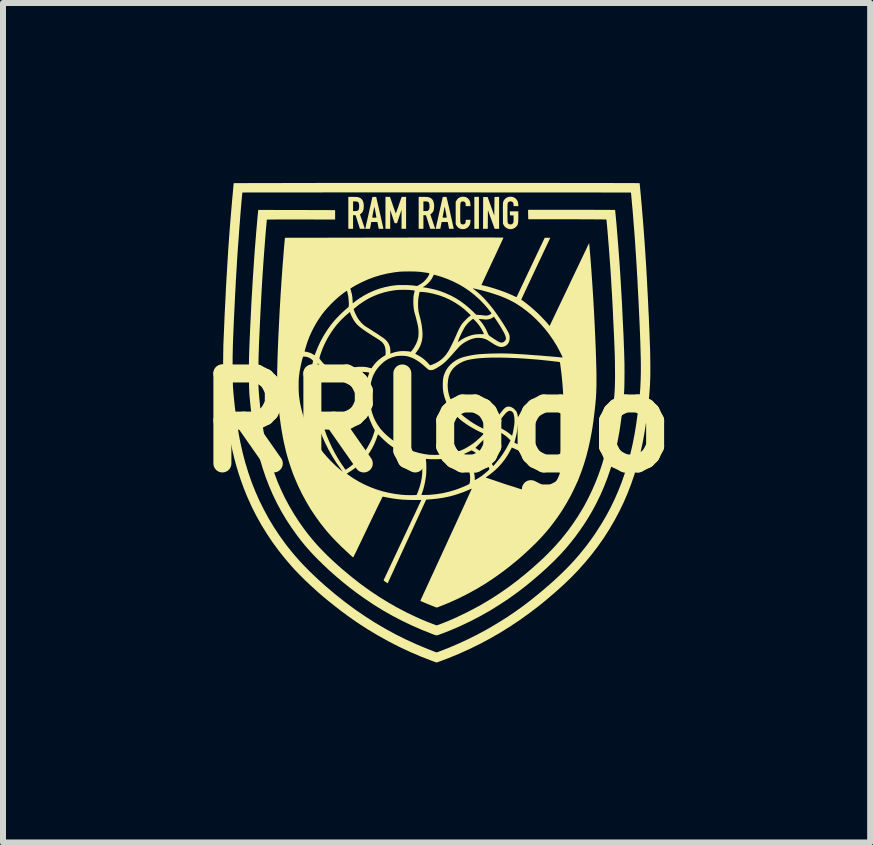
<source format=kicad_pcb>
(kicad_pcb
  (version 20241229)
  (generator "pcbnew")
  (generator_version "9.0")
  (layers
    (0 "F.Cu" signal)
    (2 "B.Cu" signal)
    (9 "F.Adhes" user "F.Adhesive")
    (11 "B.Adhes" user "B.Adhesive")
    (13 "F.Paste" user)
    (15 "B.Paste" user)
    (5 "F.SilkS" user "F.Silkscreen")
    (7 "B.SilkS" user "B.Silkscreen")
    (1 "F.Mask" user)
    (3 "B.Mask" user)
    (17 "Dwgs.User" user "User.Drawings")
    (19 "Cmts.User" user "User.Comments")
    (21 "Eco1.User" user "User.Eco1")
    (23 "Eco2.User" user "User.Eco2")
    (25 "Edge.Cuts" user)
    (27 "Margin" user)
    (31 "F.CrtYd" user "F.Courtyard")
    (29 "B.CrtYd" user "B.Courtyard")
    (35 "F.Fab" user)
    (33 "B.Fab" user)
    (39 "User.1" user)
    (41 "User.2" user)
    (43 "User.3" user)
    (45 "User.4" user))
  (footprint "RRlogo"
    (layer "F.Cu")
    (at 4.229 3.998)
    (property "Reference" "RRlogo" (at 0 0 0) (layer "F.SilkS") (effects (font (size 1.5 1.5) (thickness 0.3))))
    (attr board_only exclude_from_pos_files exclude_from_bom)
    (fp_poly (pts (xy 0.705 -3.5) (xy 0.705 -3.233) (xy 0.667 -3.233) (xy 0.629 -3.233) (xy 0.629 -3.5) (xy 0.629 -3.766) (xy 0.667 -3.766) (xy 0.705 -3.766)) (stroke (width 0) (type solid)) (fill yes) (layer "F.SilkS"))
    (fp_poly (pts (xy 1.042 -3.5) (xy 1.042 -3.233) (xy 1.005 -3.233) (xy 0.968 -3.233) (xy 0.911 -3.389) (xy 0.855 -3.546) (xy 0.854 -3.389) (xy 0.853 -3.233) (xy 0.813 -3.233) (xy 0.774 -3.233) (xy 0.775 -3.499) (xy 0.776 -3.764) (xy 0.813 -3.764) (xy 0.85 -3.764) (xy 0.906 -3.609) (xy 0.961 -3.454) (xy 0.963 -3.609) (xy 0.965 -3.764) (xy 1.003 -3.765) (xy 1.042 -3.766)) (stroke (width 0) (type solid)) (fill yes) (layer "F.SilkS"))
    (fp_poly (pts (xy -0.761 -3.717) (xy -0.755 -3.7) (xy -0.747 -3.678) (xy -0.738 -3.652) (xy -0.729 -3.625) (xy -0.719 -3.597) (xy -0.714 -3.58) (xy -0.705 -3.557) (xy -0.698 -3.536) (xy -0.692 -3.518) (xy -0.686 -3.503) (xy -0.683 -3.494) (xy -0.681 -3.49) (xy -0.681 -3.49) (xy -0.679 -3.493) (xy -0.676 -3.501) (xy -0.671 -3.515) (xy -0.664 -3.533) (xy -0.656 -3.555) (xy -0.647 -3.58) (xy -0.637 -3.608) (xy -0.633 -3.621) (xy -0.623 -3.65) (xy -0.614 -3.677) (xy -0.605 -3.701) (xy -0.598 -3.723) (xy -0.592 -3.74) (xy -0.587 -3.752) (xy -0.585 -3.759) (xy -0.584 -3.76) (xy -0.582 -3.763) (xy -0.577 -3.765) (xy -0.57 -3.766) (xy -0.557 -3.766) (xy -0.545 -3.766) (xy -0.509 -3.766) (xy -0.509 -3.5) (xy -0.509 -3.233) (xy -0.547 -3.233) (xy -0.585 -3.233) (xy -0.585 -3.392) (xy -0.585 -3.551) (xy -0.623 -3.438) (xy -0.661 -3.326) (xy -0.68 -3.327) (xy -0.7 -3.328) (xy -0.737 -3.438) (xy -0.773 -3.548) (xy -0.774 -3.39) (xy -0.774 -3.233) (xy -0.813 -3.233) (xy -0.853 -3.233) (xy -0.853 -3.5) (xy -0.853 -3.766) (xy -0.816 -3.766) (xy -0.778 -3.766)) (stroke (width 0) (type solid)) (fill yes) (layer "F.SilkS"))
    (fp_poly (pts (xy -1.381 -3.766) (xy -1.36 -3.765) (xy -1.341 -3.765) (xy -1.325 -3.764) (xy -1.315 -3.762) (xy -1.287 -3.754) (xy -1.264 -3.741) (xy -1.245 -3.723) (xy -1.23 -3.699) (xy -1.22 -3.671) (xy -1.215 -3.638) (xy -1.214 -3.613) (xy -1.216 -3.579) (xy -1.22 -3.551) (xy -1.228 -3.527) (xy -1.24 -3.508) (xy -1.256 -3.49) (xy -1.267 -3.482) (xy -1.278 -3.474) (xy -1.238 -3.358) (xy -1.229 -3.331) (xy -1.221 -3.306) (xy -1.213 -3.284) (xy -1.207 -3.265) (xy -1.202 -3.25) (xy -1.199 -3.241) (xy -1.198 -3.237) (xy -1.199 -3.235) (xy -1.204 -3.234) (xy -1.214 -3.233) (xy -1.229 -3.233) (xy -1.238 -3.233) (xy -1.279 -3.233) (xy -1.294 -3.282) (xy -1.301 -3.303) (xy -1.309 -3.327) (xy -1.317 -3.354) (xy -1.325 -3.379) (xy -1.329 -3.393) (xy -1.335 -3.412) (xy -1.341 -3.429) (xy -1.345 -3.443) (xy -1.349 -3.453) (xy -1.35 -3.457) (xy -1.35 -3.457) (xy -1.354 -3.459) (xy -1.363 -3.46) (xy -1.373 -3.46) (xy -1.393 -3.46) (xy -1.393 -3.347) (xy -1.393 -3.233) (xy -1.433 -3.233) (xy -1.472 -3.233) (xy -1.472 -3.5) (xy -1.472 -3.61) (xy -1.393 -3.61) (xy -1.393 -3.529) (xy -1.361 -3.529) (xy -1.345 -3.529) (xy -1.334 -3.53) (xy -1.326 -3.532) (xy -1.319 -3.535) (xy -1.317 -3.537) (xy -1.306 -3.545) (xy -1.299 -3.556) (xy -1.295 -3.571) (xy -1.292 -3.59) (xy -1.292 -3.608) (xy -1.292 -3.634) (xy -1.296 -3.655) (xy -1.302 -3.67) (xy -1.311 -3.68) (xy -1.325 -3.686) (xy -1.343 -3.69) (xy -1.362 -3.69) (xy -1.393 -3.69) (xy -1.393 -3.61) (xy -1.472 -3.61) (xy -1.472 -3.766) (xy -1.404 -3.766)) (stroke (width 0) (type solid)) (fill yes) (layer "F.SilkS"))
    (fp_poly (pts (xy -0.209 -3.766) (xy -0.187 -3.765) (xy -0.168 -3.765) (xy -0.153 -3.764) (xy -0.143 -3.762) (xy -0.114 -3.754) (xy -0.091 -3.741) (xy -0.072 -3.723) (xy -0.057 -3.699) (xy -0.048 -3.671) (xy -0.042 -3.638) (xy -0.041 -3.613) (xy -0.043 -3.579) (xy -0.047 -3.551) (xy -0.055 -3.527) (xy -0.067 -3.508) (xy -0.083 -3.49) (xy -0.095 -3.482) (xy -0.105 -3.474) (xy -0.066 -3.358) (xy -0.057 -3.331) (xy -0.048 -3.306) (xy -0.041 -3.284) (xy -0.034 -3.265) (xy -0.029 -3.25) (xy -0.026 -3.241) (xy -0.025 -3.237) (xy -0.026 -3.235) (xy -0.031 -3.234) (xy -0.041 -3.233) (xy -0.057 -3.233) (xy -0.065 -3.233) (xy -0.106 -3.233) (xy -0.122 -3.282) (xy -0.128 -3.303) (xy -0.136 -3.327) (xy -0.144 -3.354) (xy -0.152 -3.379) (xy -0.156 -3.393) (xy -0.163 -3.412) (xy -0.168 -3.429) (xy -0.173 -3.443) (xy -0.176 -3.453) (xy -0.177 -3.457) (xy -0.177 -3.457) (xy -0.182 -3.459) (xy -0.191 -3.46) (xy -0.2 -3.46) (xy -0.22 -3.46) (xy -0.22 -3.347) (xy -0.22 -3.233) (xy -0.26 -3.233) (xy -0.299 -3.233) (xy -0.299 -3.5) (xy -0.299 -3.61) (xy -0.22 -3.61) (xy -0.22 -3.529) (xy -0.188 -3.529) (xy -0.172 -3.529) (xy -0.161 -3.53) (xy -0.153 -3.532) (xy -0.146 -3.535) (xy -0.144 -3.537) (xy -0.134 -3.545) (xy -0.126 -3.556) (xy -0.122 -3.571) (xy -0.119 -3.59) (xy -0.119 -3.608) (xy -0.12 -3.634) (xy -0.123 -3.655) (xy -0.129 -3.67) (xy -0.138 -3.68) (xy -0.152 -3.686) (xy -0.17 -3.69) (xy -0.189 -3.69) (xy -0.22 -3.69) (xy -0.22 -3.61) (xy -0.299 -3.61) (xy -0.299 -3.766) (xy -0.231 -3.766)) (stroke (width 0) (type solid)) (fill yes) (layer "F.SilkS"))
    (fp_poly (pts (xy 0.451 -3.769) (xy 0.479 -3.764) (xy 0.502 -3.755) (xy 0.522 -3.74) (xy 0.531 -3.731) (xy 0.545 -3.712) (xy 0.555 -3.691) (xy 0.561 -3.665) (xy 0.563 -3.643) (xy 0.565 -3.611) (xy 0.525 -3.611) (xy 0.485 -3.611) (xy 0.485 -3.632) (xy 0.483 -3.654) (xy 0.477 -3.671) (xy 0.466 -3.683) (xy 0.451 -3.689) (xy 0.439 -3.69) (xy 0.424 -3.689) (xy 0.413 -3.685) (xy 0.412 -3.684) (xy 0.408 -3.68) (xy 0.404 -3.676) (xy 0.402 -3.672) (xy 0.399 -3.666) (xy 0.398 -3.657) (xy 0.396 -3.646) (xy 0.395 -3.632) (xy 0.395 -3.613) (xy 0.394 -3.59) (xy 0.394 -3.562) (xy 0.394 -3.528) (xy 0.394 -3.496) (xy 0.394 -3.459) (xy 0.394 -3.428) (xy 0.394 -3.403) (xy 0.394 -3.383) (xy 0.395 -3.367) (xy 0.395 -3.354) (xy 0.396 -3.345) (xy 0.397 -3.338) (xy 0.398 -3.333) (xy 0.399 -3.329) (xy 0.4 -3.328) (xy 0.409 -3.316) (xy 0.421 -3.309) (xy 0.436 -3.306) (xy 0.451 -3.307) (xy 0.465 -3.313) (xy 0.476 -3.324) (xy 0.478 -3.327) (xy 0.482 -3.336) (xy 0.485 -3.349) (xy 0.485 -3.361) (xy 0.485 -3.384) (xy 0.525 -3.384) (xy 0.564 -3.384) (xy 0.564 -3.359) (xy 0.561 -3.328) (xy 0.552 -3.3) (xy 0.538 -3.276) (xy 0.517 -3.255) (xy 0.514 -3.253) (xy 0.489 -3.238) (xy 0.462 -3.23) (xy 0.433 -3.228) (xy 0.416 -3.23) (xy 0.388 -3.237) (xy 0.364 -3.25) (xy 0.344 -3.269) (xy 0.329 -3.293) (xy 0.328 -3.294) (xy 0.318 -3.314) (xy 0.318 -3.498) (xy 0.318 -3.682) (xy 0.328 -3.701) (xy 0.343 -3.725) (xy 0.363 -3.745) (xy 0.387 -3.758) (xy 0.414 -3.767) (xy 0.444 -3.769)) (stroke (width 0) (type solid)) (fill yes) (layer "F.SilkS"))
    (fp_poly (pts (xy -1.015 -3.765) (xy -1.009 -3.764) (xy -1.007 -3.764) (xy -1.006 -3.76) (xy -1.004 -3.751) (xy -1 -3.735) (xy -0.996 -3.715) (xy -0.99 -3.691) (xy -0.984 -3.663) (xy -0.977 -3.633) (xy -0.969 -3.6) (xy -0.961 -3.565) (xy -0.953 -3.529) (xy -0.945 -3.492) (xy -0.936 -3.456) (xy -0.928 -3.42) (xy -0.921 -3.386) (xy -0.913 -3.353) (xy -0.907 -3.324) (xy -0.901 -3.297) (xy -0.896 -3.275) (xy -0.892 -3.256) (xy -0.889 -3.243) (xy -0.888 -3.236) (xy -0.887 -3.235) (xy -0.891 -3.234) (xy -0.899 -3.233) (xy -0.912 -3.233) (xy -0.926 -3.233) (xy -0.965 -3.233) (xy -0.973 -3.273) (xy -0.976 -3.291) (xy -0.98 -3.308) (xy -0.983 -3.322) (xy -0.984 -3.33) (xy -0.988 -3.347) (xy -1.039 -3.347) (xy -1.09 -3.347) (xy -1.097 -3.306) (xy -1.1 -3.288) (xy -1.104 -3.271) (xy -1.106 -3.257) (xy -1.108 -3.249) (xy -1.111 -3.233) (xy -1.151 -3.233) (xy -1.19 -3.233) (xy -1.188 -3.242) (xy -1.187 -3.247) (xy -1.184 -3.258) (xy -1.18 -3.275) (xy -1.176 -3.297) (xy -1.17 -3.323) (xy -1.163 -3.353) (xy -1.155 -3.387) (xy -1.147 -3.423) (xy -1.073 -3.423) (xy -1.071 -3.421) (xy -1.064 -3.42) (xy -1.051 -3.419) (xy -1.039 -3.419) (xy -1.025 -3.419) (xy -1.013 -3.419) (xy -1.006 -3.42) (xy -1.004 -3.42) (xy -1.004 -3.424) (xy -1.005 -3.433) (xy -1.008 -3.447) (xy -1.011 -3.465) (xy -1.014 -3.484) (xy -1.018 -3.505) (xy -1.022 -3.527) (xy -1.026 -3.547) (xy -1.03 -3.566) (xy -1.034 -3.582) (xy -1.036 -3.593) (xy -1.038 -3.6) (xy -1.039 -3.601) (xy -1.04 -3.598) (xy -1.042 -3.589) (xy -1.045 -3.575) (xy -1.048 -3.558) (xy -1.052 -3.539) (xy -1.056 -3.518) (xy -1.06 -3.497) (xy -1.064 -3.476) (xy -1.068 -3.458) (xy -1.07 -3.442) (xy -1.072 -3.43) (xy -1.073 -3.424) (xy -1.073 -3.423) (xy -1.147 -3.423) (xy -1.147 -3.424) (xy -1.138 -3.463) (xy -1.129 -3.504) (xy -1.128 -3.508) (xy -1.071 -3.764) (xy -1.041 -3.765) (xy -1.027 -3.766)) (stroke (width 0) (type solid)) (fill yes) (layer "F.SilkS"))
    (fp_poly (pts (xy 0.157 -3.765) (xy 0.164 -3.764) (xy 0.165 -3.764) (xy 0.166 -3.76) (xy 0.169 -3.751) (xy 0.172 -3.735) (xy 0.177 -3.715) (xy 0.183 -3.691) (xy 0.189 -3.663) (xy 0.196 -3.633) (xy 0.204 -3.6) (xy 0.212 -3.565) (xy 0.22 -3.529) (xy 0.228 -3.492) (xy 0.236 -3.456) (xy 0.245 -3.42) (xy 0.252 -3.386) (xy 0.26 -3.353) (xy 0.266 -3.324) (xy 0.272 -3.297) (xy 0.277 -3.275) (xy 0.281 -3.256) (xy 0.284 -3.243) (xy 0.285 -3.236) (xy 0.285 -3.235) (xy 0.282 -3.234) (xy 0.274 -3.233) (xy 0.261 -3.233) (xy 0.247 -3.233) (xy 0.208 -3.233) (xy 0.2 -3.273) (xy 0.196 -3.291) (xy 0.193 -3.308) (xy 0.19 -3.322) (xy 0.189 -3.33) (xy 0.185 -3.347) (xy 0.134 -3.347) (xy 0.083 -3.347) (xy 0.076 -3.306) (xy 0.072 -3.288) (xy 0.069 -3.271) (xy 0.066 -3.257) (xy 0.065 -3.249) (xy 0.061 -3.233) (xy 0.022 -3.233) (xy -0.017 -3.233) (xy -0.015 -3.242) (xy -0.014 -3.247) (xy -0.011 -3.258) (xy -0.008 -3.275) (xy -0.003 -3.297) (xy 0.003 -3.323) (xy 0.01 -3.353) (xy 0.018 -3.387) (xy 0.026 -3.423) (xy 0.1 -3.423) (xy 0.102 -3.421) (xy 0.109 -3.42) (xy 0.121 -3.419) (xy 0.134 -3.419) (xy 0.148 -3.419) (xy 0.16 -3.419) (xy 0.167 -3.42) (xy 0.169 -3.42) (xy 0.169 -3.424) (xy 0.168 -3.433) (xy 0.165 -3.447) (xy 0.162 -3.465) (xy 0.159 -3.484) (xy 0.155 -3.505) (xy 0.15 -3.527) (xy 0.146 -3.547) (xy 0.143 -3.566) (xy 0.139 -3.582) (xy 0.137 -3.593) (xy 0.135 -3.6) (xy 0.134 -3.601) (xy 0.133 -3.598) (xy 0.131 -3.589) (xy 0.128 -3.575) (xy 0.125 -3.558) (xy 0.121 -3.539) (xy 0.117 -3.518) (xy 0.113 -3.497) (xy 0.109 -3.476) (xy 0.105 -3.458) (xy 0.102 -3.442) (xy 0.101 -3.43) (xy 0.1 -3.424) (xy 0.1 -3.423) (xy 0.026 -3.423) (xy 0.026 -3.424) (xy 0.035 -3.463) (xy 0.044 -3.504) (xy 0.045 -3.508) (xy 0.102 -3.764) (xy 0.132 -3.765) (xy 0.146 -3.766)) (stroke (width 0) (type solid)) (fill yes) (layer "F.SilkS"))
    (fp_poly (pts (xy 1.256 -3.767) (xy 1.282 -3.76) (xy 1.306 -3.747) (xy 1.326 -3.73) (xy 1.341 -3.711) (xy 1.348 -3.697) (xy 1.354 -3.684) (xy 1.357 -3.67) (xy 1.36 -3.652) (xy 1.361 -3.64) (xy 1.363 -3.611) (xy 1.323 -3.611) (xy 1.284 -3.611) (xy 1.282 -3.637) (xy 1.28 -3.654) (xy 1.276 -3.667) (xy 1.269 -3.677) (xy 1.26 -3.684) (xy 1.246 -3.689) (xy 1.23 -3.691) (xy 1.214 -3.688) (xy 1.203 -3.683) (xy 1.198 -3.679) (xy 1.194 -3.676) (xy 1.191 -3.672) (xy 1.188 -3.667) (xy 1.186 -3.661) (xy 1.184 -3.652) (xy 1.183 -3.64) (xy 1.182 -3.624) (xy 1.182 -3.604) (xy 1.182 -3.58) (xy 1.181 -3.55) (xy 1.181 -3.514) (xy 1.181 -3.498) (xy 1.181 -3.459) (xy 1.181 -3.426) (xy 1.182 -3.399) (xy 1.182 -3.377) (xy 1.183 -3.36) (xy 1.184 -3.346) (xy 1.186 -3.336) (xy 1.188 -3.328) (xy 1.191 -3.323) (xy 1.195 -3.319) (xy 1.2 -3.316) (xy 1.205 -3.313) (xy 1.21 -3.311) (xy 1.228 -3.306) (xy 1.246 -3.307) (xy 1.261 -3.315) (xy 1.274 -3.327) (xy 1.277 -3.333) (xy 1.279 -3.339) (xy 1.281 -3.346) (xy 1.282 -3.356) (xy 1.283 -3.37) (xy 1.283 -3.389) (xy 1.283 -3.401) (xy 1.283 -3.456) (xy 1.253 -3.457) (xy 1.223 -3.458) (xy 1.222 -3.492) (xy 1.221 -3.525) (xy 1.291 -3.525) (xy 1.362 -3.525) (xy 1.362 -3.44) (xy 1.362 -3.405) (xy 1.361 -3.376) (xy 1.36 -3.353) (xy 1.358 -3.333) (xy 1.355 -3.317) (xy 1.351 -3.304) (xy 1.345 -3.293) (xy 1.338 -3.282) (xy 1.329 -3.271) (xy 1.327 -3.269) (xy 1.305 -3.25) (xy 1.28 -3.237) (xy 1.252 -3.229) (xy 1.223 -3.228) (xy 1.21 -3.23) (xy 1.182 -3.238) (xy 1.157 -3.251) (xy 1.136 -3.27) (xy 1.119 -3.293) (xy 1.117 -3.298) (xy 1.106 -3.321) (xy 1.105 -3.49) (xy 1.105 -3.53) (xy 1.104 -3.563) (xy 1.104 -3.591) (xy 1.105 -3.613) (xy 1.105 -3.631) (xy 1.105 -3.646) (xy 1.106 -3.657) (xy 1.107 -3.665) (xy 1.108 -3.672) (xy 1.109 -3.678) (xy 1.109 -3.679) (xy 1.12 -3.706) (xy 1.136 -3.728) (xy 1.157 -3.746) (xy 1.176 -3.757) (xy 1.202 -3.766) (xy 1.229 -3.769)) (stroke (width 0) (type solid)) (fill yes) (layer "F.SilkS"))
    (fp_poly (pts (xy 1.967 -3.55) (xy 2.025 -3.55) (xy 2.084 -3.55) (xy 2.144 -3.55) (xy 2.205 -3.55) (xy 2.266 -3.55) (xy 2.328 -3.55) (xy 2.388 -3.55) (xy 2.448 -3.55) (xy 2.506 -3.55) (xy 2.563 -3.55) (xy 2.618 -3.55) (xy 2.67 -3.549) (xy 2.719 -3.549) (xy 2.766 -3.549) (xy 2.808 -3.549) (xy 2.847 -3.549) (xy 2.881 -3.549) (xy 2.911 -3.548) (xy 2.935 -3.548) (xy 2.954 -3.548) (xy 2.967 -3.548) (xy 2.974 -3.548) (xy 2.975 -3.548) (xy 2.976 -3.544) (xy 2.977 -3.533) (xy 2.979 -3.516) (xy 2.981 -3.494) (xy 2.984 -3.467) (xy 2.987 -3.435) (xy 2.99 -3.399) (xy 2.994 -3.359) (xy 2.998 -3.315) (xy 3.002 -3.269) (xy 3.006 -3.22) (xy 3.01 -3.168) (xy 3.015 -3.115) (xy 3.019 -3.061) (xy 3.023 -3.006) (xy 3.028 -2.951) (xy 3.032 -2.896) (xy 3.036 -2.841) (xy 3.04 -2.787) (xy 3.044 -2.734) (xy 3.048 -2.683) (xy 3.051 -2.634) (xy 3.054 -2.593) (xy 3.06 -2.502) (xy 3.066 -2.406) (xy 3.072 -2.307) (xy 3.078 -2.205) (xy 3.084 -2.101) (xy 3.09 -1.996) (xy 3.095 -1.89) (xy 3.1 -1.784) (xy 3.105 -1.68) (xy 3.11 -1.577) (xy 3.115 -1.477) (xy 3.119 -1.38) (xy 3.122 -1.287) (xy 3.126 -1.198) (xy 3.128 -1.115) (xy 3.13 -1.054) (xy 3.131 -1.017) (xy 3.132 -0.975) (xy 3.132 -0.931) (xy 3.132 -0.884) (xy 3.133 -0.837) (xy 3.132 -0.789) (xy 3.132 -0.742) (xy 3.131 -0.697) (xy 3.131 -0.654) (xy 3.13 -0.614) (xy 3.129 -0.579) (xy 3.128 -0.549) (xy 3.127 -0.528) (xy 3.121 -0.454) (xy 3.114 -0.374) (xy 3.106 -0.291) (xy 3.096 -0.205) (xy 3.086 -0.119) (xy 3.074 -0.033) (xy 3.062 0.051) (xy 3.05 0.132) (xy 3.047 0.15) (xy 3.017 0.312) (xy 2.982 0.47) (xy 2.943 0.624) (xy 2.898 0.773) (xy 2.848 0.919) (xy 2.793 1.06) (xy 2.733 1.199) (xy 2.667 1.335) (xy 2.596 1.468) (xy 2.519 1.599) (xy 2.458 1.694) (xy 2.385 1.8) (xy 2.31 1.903) (xy 2.232 2.002) (xy 2.15 2.1) (xy 2.064 2.195) (xy 1.973 2.289) (xy 1.876 2.383) (xy 1.774 2.477) (xy 1.73 2.516) (xy 1.693 2.548) (xy 1.66 2.577) (xy 1.629 2.603) (xy 1.601 2.627) (xy 1.573 2.65) (xy 1.545 2.673) (xy 1.515 2.697) (xy 1.503 2.708) (xy 1.355 2.822) (xy 1.203 2.931) (xy 1.048 3.034) (xy 0.89 3.132) (xy 0.729 3.223) (xy 0.564 3.309) (xy 0.398 3.388) (xy 0.229 3.461) (xy 0.091 3.515) (xy 0.068 3.523) (xy 0.048 3.531) (xy 0.03 3.537) (xy 0.016 3.541) (xy 0.006 3.544) (xy 0.003 3.545) (xy -0.004 3.544) (xy -0.016 3.541) (xy -0.032 3.536) (xy -0.054 3.529) (xy -0.072 3.522) (xy -0.243 3.454) (xy -0.41 3.381) (xy -0.573 3.303) (xy -0.733 3.22) (xy -0.89 3.131) (xy -1.044 3.036) (xy -1.196 2.934) (xy -1.203 2.929) (xy -1.323 2.844) (xy -1.443 2.753) (xy -1.562 2.658) (xy -1.679 2.559) (xy -1.792 2.459) (xy -1.9 2.357) (xy -1.957 2.301) (xy -2.013 2.245) (xy -2.064 2.192) (xy -2.111 2.141) (xy -2.156 2.09) (xy -2.199 2.04) (xy -2.242 1.988) (xy -2.285 1.933) (xy -2.329 1.875) (xy -2.33 1.873) (xy -2.422 1.744) (xy -2.509 1.612) (xy -2.589 1.477) (xy -2.663 1.339) (xy -2.732 1.197) (xy -2.794 1.053) (xy -2.851 0.904) (xy -2.902 0.752) (xy -2.948 0.597) (xy -2.988 0.437) (xy -3.023 0.273) (xy -3.025 0.263) (xy -3.037 0.195) (xy -3.049 0.122) (xy -3.061 0.044) (xy -3.073 -0.036) (xy -3.084 -0.119) (xy -3.094 -0.201) (xy -3.103 -0.283) (xy -3.111 -0.362) (xy -3.118 -0.437) (xy -3.122 -0.482) (xy -3.123 -0.505) (xy -3.124 -0.535) (xy -3.126 -0.569) (xy -3.127 -0.609) (xy -3.127 -0.652) (xy -3.128 -0.698) (xy -3.129 -0.746) (xy -3.129 -0.795) (xy -3.129 -0.845) (xy -3.129 -0.894) (xy -3.129 -0.943) (xy -3.129 -0.989) (xy -3.128 -1.033) (xy -3.128 -1.074) (xy -3.127 -1.106) (xy -3.123 -1.229) (xy -3.118 -1.357) (xy -3.112 -1.49) (xy -3.106 -1.627) (xy -3.099 -1.767) (xy -3.092 -1.908) (xy -3.085 -2.051) (xy -3.076 -2.193) (xy -3.068 -2.335) (xy -3.059 -2.474) (xy -3.05 -2.611) (xy -3.041 -2.744) (xy -3.032 -2.873) (xy -3.022 -2.996) (xy -3.018 -3.051) (xy -3.016 -3.076) (xy -3.013 -3.105) (xy -3.011 -3.137) (xy -3.008 -3.171) (xy -3.005 -3.207) (xy -3.002 -3.244) (xy -2.998 -3.282) (xy -2.995 -3.319) (xy -2.992 -3.356) (xy -2.989 -3.391) (xy -2.986 -3.424) (xy -2.983 -3.455) (xy -2.98 -3.482) (xy -2.978 -3.506) (xy -2.976 -3.524) (xy -2.975 -3.538) (xy -2.974 -3.546) (xy -2.974 -3.548) (xy -2.97 -3.548) (xy -2.96 -3.548) (xy -2.944 -3.548) (xy -2.922 -3.548) (xy -2.895 -3.548) (xy -2.862 -3.548) (xy -2.824 -3.548) (xy -2.782 -3.548) (xy -2.736 -3.548) (xy -2.686 -3.547) (xy -2.632 -3.547) (xy -2.575 -3.547) (xy -2.516 -3.547) (xy -2.453 -3.547) (xy -2.389 -3.547) (xy -2.333 -3.547) (xy -1.692 -3.545) (xy -1.692 -3.466) (xy -1.692 -3.388) (xy -2.261 -3.389) (xy -2.346 -3.389) (xy -2.423 -3.389) (xy -2.494 -3.389) (xy -2.559 -3.389) (xy -2.616 -3.389) (xy -2.667 -3.389) (xy -2.711 -3.388) (xy -2.748 -3.388) (xy -2.778 -3.388) (xy -2.801 -3.387) (xy -2.818 -3.387) (xy -2.828 -3.387) (xy -2.831 -3.386) (xy -2.831 -3.382) (xy -2.832 -3.372) (xy -2.833 -3.356) (xy -2.835 -3.336) (xy -2.837 -3.312) (xy -2.839 -3.285) (xy -2.842 -3.256) (xy -2.843 -3.247) (xy -2.859 -3.055) (xy -2.874 -2.857) (xy -2.889 -2.653) (xy -2.903 -2.443) (xy -2.916 -2.227) (xy -2.928 -2.005) (xy -2.94 -1.776) (xy -2.951 -1.54) (xy -2.96 -1.347) (xy -2.963 -1.266) (xy -2.965 -1.187) (xy -2.968 -1.109) (xy -2.969 -1.032) (xy -2.971 -0.959) (xy -2.972 -0.888) (xy -2.972 -0.821) (xy -2.972 -0.758) (xy -2.972 -0.701) (xy -2.971 -0.648) (xy -2.969 -0.601) (xy -2.968 -0.577) (xy -2.964 -0.51) (xy -2.958 -0.436) (xy -2.951 -0.359) (xy -2.943 -0.278) (xy -2.934 -0.195) (xy -2.923 -0.112) (xy -2.912 -0.029) (xy -2.9 0.052) (xy -2.887 0.13) (xy -2.874 0.204) (xy -2.871 0.22) (xy -2.839 0.38) (xy -2.8 0.536) (xy -2.757 0.688) (xy -2.707 0.836) (xy -2.653 0.98) (xy -2.592 1.121) (xy -2.526 1.258) (xy -2.454 1.392) (xy -2.376 1.524) (xy -2.314 1.62) (xy -2.259 1.701) (xy -2.203 1.779) (xy -2.145 1.855) (xy -2.086 1.928) (xy -2.024 2.001) (xy -1.959 2.073) (xy -1.891 2.144) (xy -1.819 2.216) (xy -1.742 2.289) (xy -1.66 2.364) (xy -1.573 2.441) (xy -1.551 2.459) (xy -1.408 2.578) (xy -1.263 2.691) (xy -1.116 2.797) (xy -0.967 2.897) (xy -0.815 2.991) (xy -0.661 3.079) (xy -0.504 3.161) (xy -0.343 3.238) (xy -0.289 3.262) (xy -0.263 3.274) (xy -0.235 3.286) (xy -0.205 3.298) (xy -0.175 3.311) (xy -0.145 3.323) (xy -0.116 3.334) (xy -0.088 3.345) (xy -0.063 3.355) (xy -0.041 3.363) (xy -0.022 3.37) (xy -0.009 3.375) (xy -0.00018 3.377) (xy 0.002 3.377) (xy 0.006 3.376) (xy 0.017 3.373) (xy 0.031 3.368) (xy 0.05 3.361) (xy 0.071 3.353) (xy 0.094 3.344) (xy 0.118 3.335) (xy 0.142 3.325) (xy 0.165 3.316) (xy 0.182 3.309) (xy 0.262 3.275) (xy 0.346 3.237) (xy 0.432 3.196) (xy 0.518 3.154) (xy 0.603 3.11) (xy 0.685 3.066) (xy 0.763 3.023) (xy 0.782 3.011) (xy 0.927 2.924) (xy 1.066 2.833) (xy 1.202 2.738) (xy 1.335 2.638) (xy 1.467 2.532) (xy 1.484 2.518) (xy 1.583 2.434) (xy 1.675 2.352) (xy 1.763 2.272) (xy 1.845 2.192) (xy 1.922 2.113) (xy 1.995 2.035) (xy 2.064 1.956) (xy 2.13 1.875) (xy 2.194 1.794) (xy 2.254 1.711) (xy 2.313 1.625) (xy 2.316 1.62) (xy 2.356 1.56) (xy 2.391 1.503) (xy 2.424 1.449) (xy 2.456 1.394) (xy 2.486 1.338) (xy 2.517 1.279) (xy 2.545 1.223) (xy 2.596 1.116) (xy 2.643 1.008) (xy 2.686 0.9) (xy 2.726 0.789) (xy 2.763 0.677) (xy 2.796 0.561) (xy 2.826 0.442) (xy 2.854 0.318) (xy 2.879 0.19) (xy 2.901 0.057) (xy 2.921 -0.081) (xy 2.928 -0.136) (xy 2.938 -0.213) (xy 2.946 -0.284) (xy 2.953 -0.351) (xy 2.959 -0.414) (xy 2.964 -0.475) (xy 2.968 -0.534) (xy 2.971 -0.594) (xy 2.973 -0.654) (xy 2.974 -0.715) (xy 2.975 -0.78) (xy 2.974 -0.849) (xy 2.974 -0.908) (xy 2.973 -0.945) (xy 2.973 -0.979) (xy 2.973 -1.011) (xy 2.972 -1.041) (xy 2.971 -1.07) (xy 2.971 -1.099) (xy 2.97 -1.129) (xy 2.969 -1.16) (xy 2.968 -1.193) (xy 2.966 -1.229) (xy 2.965 -1.268) (xy 2.963 -1.312) (xy 2.961 -1.361) (xy 2.959 -1.416) (xy 2.958 -1.434) (xy 2.951 -1.585) (xy 2.944 -1.729) (xy 2.938 -1.868) (xy 2.931 -2.003) (xy 2.924 -2.134) (xy 2.916 -2.261) (xy 2.909 -2.386) (xy 2.901 -2.51) (xy 2.893 -2.632) (xy 2.885 -2.734) (xy 2.882 -2.778) (xy 2.879 -2.823) (xy 2.875 -2.87) (xy 2.872 -2.917) (xy 2.868 -2.965) (xy 2.864 -3.012) (xy 2.86 -3.059) (xy 2.857 -3.105) (xy 2.853 -3.149) (xy 2.85 -3.191) (xy 2.846 -3.23) (xy 2.843 -3.266) (xy 2.84 -3.298) (xy 2.837 -3.327) (xy 2.835 -3.35) (xy 2.833 -3.368) (xy 2.832 -3.381) (xy 2.831 -3.387) (xy 2.831 -3.388) (xy 2.827 -3.388) (xy 2.817 -3.389) (xy 2.8 -3.389) (xy 2.776 -3.389) (xy 2.747 -3.39) (xy 2.711 -3.39) (xy 2.67 -3.39) (xy 2.622 -3.391) (xy 2.57 -3.391) (xy 2.511 -3.391) (xy 2.448 -3.391) (xy 2.379 -3.392) (xy 2.306 -3.392) (xy 2.228 -3.392) (xy 2.178 -3.392) (xy 1.528 -3.393) (xy 1.526 -3.47) (xy 1.525 -3.492) (xy 1.525 -3.512) (xy 1.525 -3.529) (xy 1.525 -3.541) (xy 1.525 -3.548) (xy 1.526 -3.549) (xy 1.529 -3.549) (xy 1.539 -3.55) (xy 1.555 -3.55) (xy 1.577 -3.55) (xy 1.605 -3.55) (xy 1.637 -3.55) (xy 1.673 -3.55) (xy 1.714 -3.55) (xy 1.759 -3.55) (xy 1.807 -3.55) (xy 1.858 -3.55) (xy 1.912 -3.55)) (stroke (width 0) (type solid)) (fill yes) (layer "F.SilkS"))
    (fp_poly (pts (xy -0.087 -3.998) (xy 0.032 -3.998) (xy 0.153 -3.998) (xy 0.274 -3.998) (xy 0.396 -3.998) (xy 0.518 -3.998) (xy 0.64 -3.998) (xy 0.761 -3.998) (xy 0.883 -3.998) (xy 1.003 -3.998) (xy 1.123 -3.998) (xy 1.242 -3.998) (xy 1.359 -3.998) (xy 1.476 -3.998) (xy 1.59 -3.998) (xy 1.703 -3.998) (xy 1.814 -3.998) (xy 1.923 -3.998) (xy 2.029 -3.998) (xy 2.133 -3.997) (xy 2.234 -3.997) (xy 2.333 -3.997) (xy 2.428 -3.997) (xy 2.52 -3.997) (xy 2.608 -3.997) (xy 2.692 -3.997) (xy 2.773 -3.997) (xy 2.85 -3.997) (xy 2.922 -3.997) (xy 2.99 -3.996) (xy 3.053 -3.996) (xy 3.111 -3.996) (xy 3.164 -3.996) (xy 3.212 -3.996) (xy 3.254 -3.996) (xy 3.291 -3.996) (xy 3.322 -3.995) (xy 3.347 -3.995) (xy 3.366 -3.995) (xy 3.378 -3.995) (xy 3.383 -3.995) (xy 3.384 -3.995) (xy 3.384 -3.991) (xy 3.386 -3.981) (xy 3.387 -3.965) (xy 3.39 -3.944) (xy 3.392 -3.919) (xy 3.395 -3.889) (xy 3.398 -3.856) (xy 3.401 -3.82) (xy 3.405 -3.782) (xy 3.408 -3.741) (xy 3.412 -3.7) (xy 3.416 -3.657) (xy 3.42 -3.615) (xy 3.423 -3.573) (xy 3.427 -3.532) (xy 3.427 -3.527) (xy 3.442 -3.346) (xy 3.456 -3.166) (xy 3.469 -2.986) (xy 3.481 -2.803) (xy 3.493 -2.618) (xy 3.504 -2.428) (xy 3.514 -2.234) (xy 3.52 -2.119) (xy 3.526 -1.999) (xy 3.531 -1.886) (xy 3.537 -1.779) (xy 3.541 -1.678) (xy 3.545 -1.582) (xy 3.549 -1.492) (xy 3.552 -1.407) (xy 3.555 -1.327) (xy 3.558 -1.251) (xy 3.56 -1.18) (xy 3.561 -1.112) (xy 3.562 -1.048) (xy 3.563 -0.987) (xy 3.563 -0.929) (xy 3.563 -0.874) (xy 3.563 -0.821) (xy 3.562 -0.77) (xy 3.561 -0.721) (xy 3.559 -0.674) (xy 3.557 -0.627) (xy 3.554 -0.582) (xy 3.551 -0.537) (xy 3.547 -0.492) (xy 3.544 -0.447) (xy 3.539 -0.402) (xy 3.535 -0.356) (xy 3.53 -0.309) (xy 3.529 -0.299) (xy 3.518 -0.204) (xy 3.506 -0.115) (xy 3.495 -0.031) (xy 3.484 0.049) (xy 3.472 0.126) (xy 3.459 0.201) (xy 3.446 0.274) (xy 3.432 0.346) (xy 3.431 0.351) (xy 3.393 0.524) (xy 3.349 0.694) (xy 3.299 0.859) (xy 3.243 1.022) (xy 3.182 1.18) (xy 3.115 1.335) (xy 3.041 1.487) (xy 2.962 1.635) (xy 2.877 1.78) (xy 2.786 1.922) (xy 2.689 2.06) (xy 2.586 2.195) (xy 2.476 2.328) (xy 2.361 2.457) (xy 2.309 2.511) (xy 2.252 2.57) (xy 2.189 2.631) (xy 2.122 2.695) (xy 2.051 2.76) (xy 1.977 2.826) (xy 1.9 2.892) (xy 1.822 2.958) (xy 1.742 3.023) (xy 1.708 3.051) (xy 1.552 3.17) (xy 1.392 3.285) (xy 1.229 3.394) (xy 1.063 3.498) (xy 0.893 3.596) (xy 0.721 3.688) (xy 0.547 3.773) (xy 0.37 3.853) (xy 0.192 3.926) (xy 0.078 3.969) (xy 0.057 3.977) (xy 0.037 3.984) (xy 0.021 3.99) (xy 0.008 3.994) (xy 0.001 3.996) (xy -0.001 3.996) (xy -0.005 3.995) (xy -0.015 3.992) (xy -0.029 3.987) (xy -0.047 3.98) (xy -0.068 3.973) (xy -0.079 3.969) (xy -0.264 3.897) (xy -0.446 3.819) (xy -0.625 3.735) (xy -0.8 3.645) (xy -0.973 3.549) (xy -1.144 3.447) (xy -1.281 3.359) (xy -1.387 3.287) (xy -1.493 3.211) (xy -1.599 3.133) (xy -1.704 3.051) (xy -1.808 2.968) (xy -1.91 2.883) (xy -2.008 2.797) (xy -2.103 2.71) (xy -2.195 2.624) (xy -2.281 2.538) (xy -2.362 2.454) (xy -2.42 2.39) (xy -2.532 2.259) (xy -2.639 2.124) (xy -2.739 1.987) (xy -2.833 1.846) (xy -2.922 1.702) (xy -3.004 1.555) (xy -3.08 1.406) (xy -3.149 1.253) (xy -3.169 1.206) (xy -3.216 1.089) (xy -3.259 0.971) (xy -3.299 0.852) (xy -3.336 0.73) (xy -3.37 0.605) (xy -3.401 0.477) (xy -3.43 0.344) (xy -3.456 0.208) (xy -3.479 0.066) (xy -3.5 -0.082) (xy -3.508 -0.143) (xy -3.517 -0.219) (xy -3.525 -0.289) (xy -3.533 -0.355) (xy -3.539 -0.416) (xy -3.544 -0.475) (xy -3.548 -0.531) (xy -3.552 -0.586) (xy -3.555 -0.642) (xy -3.557 -0.676) (xy -3.557 -0.698) (xy -3.558 -0.727) (xy -3.558 -0.761) (xy -3.559 -0.799) (xy -3.559 -0.841) (xy -3.559 -0.886) (xy -3.559 -0.934) (xy -3.559 -0.983) (xy -3.559 -1.002) (xy -3.401 -1.002) (xy -3.401 -0.952) (xy -3.401 -0.902) (xy -3.4 -0.852) (xy -3.4 -0.804) (xy -3.399 -0.757) (xy -3.398 -0.713) (xy -3.397 -0.673) (xy -3.396 -0.637) (xy -3.395 -0.606) (xy -3.394 -0.581) (xy -3.393 -0.574) (xy -3.386 -0.484) (xy -3.377 -0.39) (xy -3.367 -0.293) (xy -3.355 -0.194) (xy -3.342 -0.095) (xy -3.328 0.002) (xy -3.313 0.098) (xy -3.298 0.19) (xy -3.282 0.277) (xy -3.271 0.332) (xy -3.233 0.502) (xy -3.189 0.668) (xy -3.139 0.831) (xy -3.084 0.99) (xy -3.022 1.146) (xy -2.955 1.298) (xy -2.881 1.446) (xy -2.802 1.592) (xy -2.717 1.734) (xy -2.626 1.872) (xy -2.529 2.007) (xy -2.488 2.061) (xy -2.42 2.146) (xy -2.349 2.23) (xy -2.275 2.314) (xy -2.197 2.396) (xy -2.115 2.479) (xy -2.029 2.562) (xy -1.938 2.646) (xy -1.841 2.732) (xy -1.738 2.819) (xy -1.677 2.87) (xy -1.519 2.995) (xy -1.358 3.114) (xy -1.194 3.226) (xy -1.027 3.333) (xy -0.857 3.433) (xy -0.685 3.527) (xy -0.509 3.615) (xy -0.33 3.696) (xy -0.149 3.772) (xy -0.142 3.774) (xy -0.107 3.788) (xy -0.078 3.799) (xy -0.054 3.809) (xy -0.036 3.816) (xy -0.022 3.821) (xy -0.011 3.825) (xy -0.005 3.827) (xy -0.001 3.828) (xy -0.001 3.828) (xy 0.004 3.827) (xy 0.013 3.824) (xy 0.027 3.819) (xy 0.044 3.813) (xy 0.058 3.808) (xy 0.211 3.748) (xy 0.365 3.682) (xy 0.519 3.611) (xy 0.671 3.535) (xy 0.821 3.455) (xy 0.918 3.399) (xy 1.054 3.317) (xy 1.187 3.233) (xy 1.318 3.144) (xy 1.447 3.051) (xy 1.576 2.952) (xy 1.705 2.848) (xy 1.776 2.789) (xy 1.877 2.702) (xy 1.972 2.617) (xy 2.061 2.534) (xy 2.145 2.452) (xy 2.225 2.37) (xy 2.301 2.288) (xy 2.373 2.205) (xy 2.442 2.121) (xy 2.509 2.036) (xy 2.574 1.948) (xy 2.637 1.858) (xy 2.657 1.828) (xy 2.742 1.695) (xy 2.822 1.56) (xy 2.896 1.423) (xy 2.964 1.283) (xy 3.027 1.139) (xy 3.085 0.993) (xy 3.137 0.843) (xy 3.185 0.689) (xy 3.227 0.532) (xy 3.265 0.369) (xy 3.298 0.202) (xy 3.308 0.143) (xy 3.318 0.082) (xy 3.328 0.016) (xy 3.338 -0.053) (xy 3.348 -0.124) (xy 3.357 -0.196) (xy 3.366 -0.268) (xy 3.374 -0.339) (xy 3.381 -0.407) (xy 3.387 -0.471) (xy 3.392 -0.529) (xy 3.393 -0.543) (xy 3.396 -0.586) (xy 3.398 -0.628) (xy 3.4 -0.672) (xy 3.402 -0.717) (xy 3.403 -0.764) (xy 3.404 -0.813) (xy 3.405 -0.864) (xy 3.405 -0.918) (xy 3.405 -0.974) (xy 3.404 -1.034) (xy 3.403 -1.098) (xy 3.401 -1.165) (xy 3.399 -1.237) (xy 3.397 -1.313) (xy 3.394 -1.394) (xy 3.391 -1.48) (xy 3.387 -1.572) (xy 3.383 -1.67) (xy 3.378 -1.773) (xy 3.373 -1.884) (xy 3.372 -1.902) (xy 3.364 -2.073) (xy 3.355 -2.238) (xy 3.347 -2.397) (xy 3.338 -2.551) (xy 3.329 -2.701) (xy 3.319 -2.847) (xy 3.31 -2.991) (xy 3.3 -3.132) (xy 3.289 -3.271) (xy 3.278 -3.41) (xy 3.267 -3.548) (xy 3.26 -3.62) (xy 3.256 -3.664) (xy 3.253 -3.701) (xy 3.25 -3.733) (xy 3.248 -3.759) (xy 3.246 -3.781) (xy 3.244 -3.798) (xy 3.243 -3.811) (xy 3.242 -3.821) (xy 3.241 -3.828) (xy 3.24 -3.833) (xy 3.239 -3.836) (xy 3.239 -3.837) (xy 3.239 -3.837) (xy 3.235 -3.838) (xy 3.225 -3.838) (xy 3.208 -3.838) (xy 3.185 -3.838) (xy 3.156 -3.838) (xy 3.121 -3.838) (xy 3.08 -3.838) (xy 3.033 -3.838) (xy 2.981 -3.838) (xy 2.924 -3.838) (xy 2.862 -3.838) (xy 2.795 -3.838) (xy 2.723 -3.839) (xy 2.647 -3.839) (xy 2.566 -3.839) (xy 2.482 -3.839) (xy 2.393 -3.839) (xy 2.3 -3.839) (xy 2.204 -3.839) (xy 2.105 -3.839) (xy 2.002 -3.839) (xy 1.897 -3.839) (xy 1.788 -3.839) (xy 1.677 -3.839) (xy 1.563 -3.839) (xy 1.448 -3.839) (xy 1.329 -3.839) (xy 1.209 -3.839) (xy 1.088 -3.839) (xy 0.964 -3.839) (xy 0.84 -3.839) (xy 0.714 -3.84) (xy 0.587 -3.84) (xy 0.459 -3.84) (xy 0.331 -3.84) (xy 0.202 -3.84) (xy 0.073 -3.84) (xy -0.057 -3.84) (xy -0.186 -3.84) (xy -0.315 -3.84) (xy -0.443 -3.84) (xy -0.571 -3.84) (xy -0.698 -3.84) (xy -0.824 -3.84) (xy -0.949 -3.84) (xy -1.072 -3.84) (xy -1.194 -3.84) (xy -1.315 -3.84) (xy -1.433 -3.84) (xy -1.549 -3.84) (xy -1.663 -3.84) (xy -1.775 -3.84) (xy -1.883 -3.84) (xy -1.989 -3.839) (xy -2.092 -3.839) (xy -2.192 -3.839) (xy -2.289 -3.839) (xy -2.381 -3.839) (xy -2.471 -3.839) (xy -2.556 -3.839) (xy -2.637 -3.839) (xy -2.714 -3.839) (xy -2.786 -3.839) (xy -2.854 -3.839) (xy -2.916 -3.839) (xy -2.974 -3.839) (xy -3.027 -3.839) (xy -3.074 -3.839) (xy -3.115 -3.839) (xy -3.151 -3.839) (xy -3.181 -3.839) (xy -3.205 -3.838) (xy -3.222 -3.838) (xy -3.233 -3.838) (xy -3.238 -3.838) (xy -3.238 -3.838) (xy -3.239 -3.834) (xy -3.24 -3.824) (xy -3.242 -3.807) (xy -3.244 -3.785) (xy -3.247 -3.758) (xy -3.249 -3.726) (xy -3.253 -3.689) (xy -3.256 -3.649) (xy -3.26 -3.606) (xy -3.264 -3.559) (xy -3.268 -3.509) (xy -3.272 -3.458) (xy -3.276 -3.405) (xy -3.28 -3.35) (xy -3.285 -3.294) (xy -3.289 -3.238) (xy -3.293 -3.182) (xy -3.297 -3.126) (xy -3.301 -3.071) (xy -3.305 -3.017) (xy -3.309 -2.965) (xy -3.313 -2.914) (xy -3.316 -2.867) (xy -3.319 -2.824) (xy -3.325 -2.736) (xy -3.33 -2.643) (xy -3.336 -2.547) (xy -3.342 -2.447) (xy -3.348 -2.346) (xy -3.353 -2.242) (xy -3.359 -2.138) (xy -3.364 -2.033) (xy -3.369 -1.929) (xy -3.374 -1.826) (xy -3.379 -1.725) (xy -3.383 -1.627) (xy -3.387 -1.533) (xy -3.391 -1.442) (xy -3.394 -1.356) (xy -3.397 -1.276) (xy -3.398 -1.218) (xy -3.399 -1.182) (xy -3.4 -1.141) (xy -3.401 -1.098) (xy -3.401 -1.051) (xy -3.401 -1.002) (xy -3.559 -1.002) (xy -3.559 -1.032) (xy -3.558 -1.081) (xy -3.558 -1.13) (xy -3.557 -1.176) (xy -3.556 -1.22) (xy -3.556 -1.261) (xy -3.555 -1.298) (xy -3.554 -1.33) (xy -3.553 -1.348) (xy -3.547 -1.49) (xy -3.541 -1.626) (xy -3.536 -1.755) (xy -3.53 -1.879) (xy -3.524 -1.998) (xy -3.518 -2.113) (xy -3.513 -2.224) (xy -3.507 -2.331) (xy -3.501 -2.435) (xy -3.495 -2.537) (xy -3.489 -2.637) (xy -3.483 -2.735) (xy -3.477 -2.832) (xy -3.474 -2.882) (xy -3.458 -3.11) (xy -3.441 -3.331) (xy -3.423 -3.547) (xy -3.405 -3.757) (xy -3.405 -3.758) (xy -3.401 -3.794) (xy -3.398 -3.829) (xy -3.395 -3.861) (xy -3.393 -3.891) (xy -3.39 -3.918) (xy -3.388 -3.94) (xy -3.387 -3.957) (xy -3.386 -3.968) (xy -3.385 -3.971) (xy -3.383 -3.995) (xy -1.822 -3.998) (xy -1.744 -3.998) (xy -1.663 -3.998) (xy -1.578 -3.998) (xy -1.489 -3.998) (xy -1.397 -3.998) (xy -1.301 -3.998) (xy -1.202 -3.998) (xy -1.101 -3.998) (xy -0.996 -3.998) (xy -0.889 -3.998) (xy -0.78 -3.998) (xy -0.669 -3.998) (xy -0.556 -3.998) (xy -0.441 -3.998) (xy -0.324 -3.998) (xy -0.206 -3.998)) (stroke (width 0) (type solid)) (fill yes) (layer "F.SilkS"))
    (fp_poly (pts (xy 0.815 -3.089) (xy 0.862 -3.089) (xy 0.904 -3.089) (xy 0.94 -3.089) (xy 0.973 -3.088) (xy 1.001 -3.088) (xy 1.025 -3.088) (xy 1.045 -3.088) (xy 1.062 -3.088) (xy 1.076 -3.087) (xy 1.087 -3.087) (xy 1.096 -3.087) (xy 1.103 -3.086) (xy 1.108 -3.086) (xy 1.111 -3.085) (xy 1.113 -3.085) (xy 1.113 -3.084) (xy 1.114 -3.083) (xy 1.114 -3.083) (xy 1.112 -3.079) (xy 1.107 -3.069) (xy 1.1 -3.054) (xy 1.091 -3.034) (xy 1.08 -3.009) (xy 1.066 -2.98) (xy 1.05 -2.946) (xy 1.033 -2.91) (xy 1.015 -2.87) (xy 0.995 -2.827) (xy 0.974 -2.782) (xy 0.951 -2.734) (xy 0.929 -2.687) (xy 0.906 -2.638) (xy 0.884 -2.591) (xy 0.863 -2.546) (xy 0.843 -2.504) (xy 0.825 -2.464) (xy 0.808 -2.428) (xy 0.793 -2.395) (xy 0.779 -2.366) (xy 0.768 -2.342) (xy 0.759 -2.323) (xy 0.753 -2.308) (xy 0.748 -2.299) (xy 0.747 -2.296) (xy 0.747 -2.296) (xy 0.751 -2.295) (xy 0.759 -2.293) (xy 0.771 -2.29) (xy 0.776 -2.289) (xy 0.84 -2.274) (xy 0.909 -2.255) (xy 0.98 -2.233) (xy 1.052 -2.209) (xy 1.124 -2.183) (xy 1.193 -2.156) (xy 1.258 -2.128) (xy 1.275 -2.12) (xy 1.293 -2.111) (xy 1.309 -2.104) (xy 1.322 -2.099) (xy 1.33 -2.096) (xy 1.333 -2.095) (xy 1.334 -2.098) (xy 1.339 -2.107) (xy 1.346 -2.122) (xy 1.355 -2.142) (xy 1.367 -2.167) (xy 1.381 -2.196) (xy 1.397 -2.229) (xy 1.414 -2.267) (xy 1.434 -2.308) (xy 1.455 -2.352) (xy 1.477 -2.399) (xy 1.501 -2.449) (xy 1.525 -2.501) (xy 1.551 -2.555) (xy 1.567 -2.588) (xy 1.593 -2.643) (xy 1.618 -2.696) (xy 1.642 -2.747) (xy 1.665 -2.796) (xy 1.687 -2.842) (xy 1.708 -2.885) (xy 1.726 -2.925) (xy 1.744 -2.961) (xy 1.759 -2.993) (xy 1.772 -3.021) (xy 1.783 -3.044) (xy 1.792 -3.062) (xy 1.798 -3.074) (xy 1.801 -3.081) (xy 1.802 -3.083) (xy 1.806 -3.084) (xy 1.816 -3.084) (xy 1.83 -3.085) (xy 1.846 -3.084) (xy 1.85 -3.084) (xy 1.895 -3.083) (xy 1.652 -2.568) (xy 1.626 -2.512) (xy 1.6 -2.457) (xy 1.576 -2.405) (xy 1.552 -2.355) (xy 1.53 -2.308) (xy 1.509 -2.263) (xy 1.49 -2.222) (xy 1.472 -2.185) (xy 1.457 -2.151) (xy 1.443 -2.122) (xy 1.432 -2.098) (xy 1.423 -2.078) (xy 1.416 -2.064) (xy 1.412 -2.055) (xy 1.411 -2.052) (xy 1.462 -2.016) (xy 1.516 -1.974) (xy 1.571 -1.929) (xy 1.627 -1.88) (xy 1.682 -1.83) (xy 1.736 -1.777) (xy 1.786 -1.725) (xy 1.834 -1.673) (xy 1.857 -1.646) (xy 1.884 -1.614) (xy 2.212 -2.302) (xy 2.242 -2.367) (xy 2.273 -2.43) (xy 2.302 -2.492) (xy 2.33 -2.551) (xy 2.357 -2.608) (xy 2.383 -2.661) (xy 2.407 -2.712) (xy 2.43 -2.76) (xy 2.451 -2.804) (xy 2.47 -2.844) (xy 2.487 -2.88) (xy 2.502 -2.911) (xy 2.514 -2.938) (xy 2.525 -2.959) (xy 2.533 -2.976) (xy 2.538 -2.987) (xy 2.54 -2.992) (xy 2.54 -2.992) (xy 2.543 -2.992) (xy 2.544 -2.988) (xy 2.545 -2.978) (xy 2.546 -2.963) (xy 2.548 -2.943) (xy 2.55 -2.918) (xy 2.552 -2.889) (xy 2.555 -2.858) (xy 2.558 -2.824) (xy 2.561 -2.788) (xy 2.564 -2.752) (xy 2.567 -2.714) (xy 2.57 -2.677) (xy 2.573 -2.641) (xy 2.575 -2.606) (xy 2.578 -2.573) (xy 2.578 -2.571) (xy 2.595 -2.326) (xy 2.611 -2.079) (xy 2.625 -1.834) (xy 2.628 -1.775) (xy 2.634 -1.657) (xy 2.639 -1.546) (xy 2.644 -1.442) (xy 2.648 -1.343) (xy 2.652 -1.251) (xy 2.655 -1.164) (xy 2.658 -1.082) (xy 2.66 -1.005) (xy 2.662 -0.933) (xy 2.664 -0.865) (xy 2.665 -0.801) (xy 2.665 -0.742) (xy 2.665 -0.686) (xy 2.665 -0.633) (xy 2.664 -0.584) (xy 2.662 -0.537) (xy 2.661 -0.493) (xy 2.658 -0.451) (xy 2.656 -0.412) (xy 2.655 -0.402) (xy 2.651 -0.359) (xy 2.647 -0.31) (xy 2.641 -0.257) (xy 2.635 -0.201) (xy 2.628 -0.144) (xy 2.621 -0.086) (xy 2.614 -0.03) (xy 2.606 0.023) (xy 2.599 0.073) (xy 2.592 0.117) (xy 2.592 0.119) (xy 2.564 0.27) (xy 2.532 0.416) (xy 2.496 0.558) (xy 2.455 0.695) (xy 2.409 0.828) (xy 2.358 0.958) (xy 2.301 1.084) (xy 2.24 1.208) (xy 2.173 1.329) (xy 2.101 1.448) (xy 2.072 1.493) (xy 2.014 1.578) (xy 1.954 1.66) (xy 1.892 1.741) (xy 1.826 1.82) (xy 1.756 1.899) (xy 1.683 1.977) (xy 1.604 2.055) (xy 1.521 2.134) (xy 1.432 2.215) (xy 1.372 2.268) (xy 1.236 2.38) (xy 1.099 2.486) (xy 0.959 2.586) (xy 0.817 2.68) (xy 0.673 2.767) (xy 0.525 2.848) (xy 0.375 2.924) (xy 0.221 2.994) (xy 0.2 3.003) (xy 0.185 3.009) (xy 0.167 3.017) (xy 0.147 3.025) (xy 0.125 3.034) (xy 0.102 3.043) (xy 0.08 3.052) (xy 0.058 3.06) (xy 0.039 3.068) (xy 0.023 3.074) (xy 0.011 3.079) (xy 0.004 3.081) (xy 0.003 3.082) (xy -0.001 3.08) (xy -0.009 3.077) (xy -0.023 3.072) (xy -0.039 3.066) (xy -0.058 3.058) (xy -0.058 3.058) (xy -0.082 3.049) (xy -0.107 3.039) (xy -0.133 3.028) (xy -0.16 3.017) (xy -0.185 3.007) (xy -0.208 2.997) (xy -0.229 2.988) (xy -0.245 2.981) (xy -0.256 2.976) (xy -0.258 2.975) (xy -0.271 2.968) (xy -0.253 2.928) (xy -0.25 2.921) (xy -0.244 2.909) (xy -0.236 2.891) (xy -0.225 2.867) (xy -0.212 2.838) (xy -0.196 2.804) (xy -0.178 2.766) (xy -0.159 2.723) (xy -0.137 2.676) (xy -0.114 2.625) (xy -0.089 2.57) (xy -0.062 2.513) (xy -0.034 2.452) (xy -0.005 2.388) (xy 0.026 2.321) (xy 0.058 2.252) (xy 0.09 2.182) (xy 0.124 2.109) (xy 0.158 2.035) (xy 0.177 1.993) (xy 0.211 1.919) (xy 0.244 1.846) (xy 0.277 1.776) (xy 0.309 1.707) (xy 0.339 1.641) (xy 0.368 1.577) (xy 0.396 1.516) (xy 0.423 1.458) (xy 0.448 1.404) (xy 0.471 1.353) (xy 0.492 1.306) (xy 0.512 1.263) (xy 0.529 1.225) (xy 0.545 1.191) (xy 0.558 1.162) (xy 0.569 1.138) (xy 0.577 1.12) (xy 0.583 1.107) (xy 0.586 1.1) (xy 0.587 1.098) (xy 0.583 1.099) (xy 0.575 1.102) (xy 0.563 1.107) (xy 0.548 1.114) (xy 0.546 1.115) (xy 0.442 1.158) (xy 0.335 1.195) (xy 0.227 1.226) (xy 0.118 1.249) (xy 0.006 1.266) (xy -0.107 1.277) (xy -0.108 1.277) (xy -0.174 1.281) (xy -0.485 1.957) (xy -0.515 2.022) (xy -0.544 2.085) (xy -0.572 2.147) (xy -0.6 2.206) (xy -0.626 2.263) (xy -0.651 2.318) (xy -0.675 2.369) (xy -0.697 2.417) (xy -0.717 2.462) (xy -0.736 2.503) (xy -0.753 2.539) (xy -0.768 2.571) (xy -0.78 2.599) (xy -0.791 2.621) (xy -0.799 2.638) (xy -0.804 2.649) (xy -0.806 2.655) (xy -0.806 2.655) (xy -0.817 2.676) (xy -0.843 2.659) (xy -0.856 2.65) (xy -0.867 2.642) (xy -0.875 2.635) (xy -0.877 2.633) (xy -0.884 2.625) (xy -0.581 1.981) (xy -0.551 1.917) (xy -0.522 1.856) (xy -0.494 1.796) (xy -0.467 1.738) (xy -0.44 1.682) (xy -0.416 1.629) (xy -0.392 1.579) (xy -0.37 1.533) (xy -0.35 1.49) (xy -0.332 1.451) (xy -0.315 1.416) (xy -0.301 1.385) (xy -0.289 1.36) (xy -0.279 1.339) (xy -0.272 1.324) (xy -0.268 1.315) (xy -0.266 1.312) (xy -0.255 1.287) (xy -0.374 1.288) (xy -0.47 1.286) (xy -0.561 1.282) (xy -0.648 1.274) (xy -0.733 1.262) (xy -0.818 1.247) (xy -0.856 1.24) (xy -0.872 1.236) (xy -0.885 1.234) (xy -0.895 1.232) (xy -0.899 1.231) (xy -0.901 1.234) (xy -0.906 1.243) (xy -0.913 1.258) (xy -0.923 1.278) (xy -0.935 1.302) (xy -0.949 1.331) (xy -0.966 1.365) (xy -0.984 1.402) (xy -1.004 1.443) (xy -1.025 1.488) (xy -1.048 1.535) (xy -1.072 1.585) (xy -1.097 1.637) (xy -1.123 1.691) (xy -1.146 1.739) (xy -1.172 1.794) (xy -1.198 1.848) (xy -1.223 1.9) (xy -1.246 1.949) (xy -1.269 1.996) (xy -1.29 2.04) (xy -1.31 2.08) (xy -1.327 2.117) (xy -1.343 2.15) (xy -1.357 2.179) (xy -1.369 2.202) (xy -1.378 2.221) (xy -1.385 2.235) (xy -1.389 2.243) (xy -1.39 2.245) (xy -1.395 2.242) (xy -1.404 2.235) (xy -1.417 2.224) (xy -1.433 2.209) (xy -1.451 2.193) (xy -1.472 2.173) (xy -1.494 2.153) (xy -1.518 2.131) (xy -1.541 2.109) (xy -1.565 2.086) (xy -1.588 2.065) (xy -1.609 2.044) (xy -1.628 2.024) (xy -1.629 2.024) (xy -1.665 1.988) (xy -1.697 1.955) (xy -1.726 1.925) (xy -1.753 1.896) (xy -1.779 1.867) (xy -1.805 1.837) (xy -1.833 1.805) (xy -1.842 1.794) (xy -1.934 1.679) (xy -2.02 1.56) (xy -2.102 1.437) (xy -2.177 1.31) (xy -2.247 1.181) (xy -2.311 1.048) (xy -2.369 0.913) (xy -2.395 0.848) (xy -1.5 0.848) (xy -1.471 0.869) (xy -1.384 0.929) (xy -1.293 0.983) (xy -1.198 1.032) (xy -1.1 1.075) (xy -0.999 1.113) (xy -0.896 1.144) (xy -0.791 1.169) (xy -0.685 1.188) (xy -0.577 1.201) (xy -0.545 1.203) (xy -0.524 1.205) (xy -0.5 1.206) (xy -0.473 1.206) (xy -0.446 1.207) (xy -0.419 1.207) (xy -0.395 1.207) (xy -0.374 1.206) (xy -0.358 1.205) (xy -0.354 1.205) (xy -0.342 1.204) (xy -0.334 1.202) (xy -0.332 1.2) (xy -0.253 1.2) (xy -0.252 1.202) (xy -0.248 1.203) (xy -0.24 1.203) (xy -0.227 1.204) (xy -0.208 1.204) (xy -0.204 1.204) (xy -0.18 1.203) (xy -0.153 1.203) (xy -0.126 1.202) (xy -0.103 1.2) (xy -0.001 1.19) (xy 0.101 1.174) (xy 0.201 1.151) (xy 0.298 1.123) (xy 0.299 1.123) (xy 0.331 1.112) (xy 0.366 1.099) (xy 0.402 1.085) (xy 0.438 1.071) (xy 0.47 1.057) (xy 0.499 1.044) (xy 0.509 1.039) (xy 0.525 1.032) (xy 0.536 1.026) (xy 0.544 1.02) (xy 0.549 1.013) (xy 0.552 1.004) (xy 0.554 0.991) (xy 0.556 0.974) (xy 0.557 0.964) (xy 0.559 0.914) (xy 0.555 0.864) (xy 0.544 0.814) (xy 0.528 0.766) (xy 0.506 0.72) (xy 0.478 0.678) (xy 0.477 0.677) (xy 0.459 0.655) (xy 0.437 0.632) (xy 0.413 0.61) (xy 0.39 0.59) (xy 0.376 0.58) (xy 0.352 0.564) (xy 0.323 0.571) (xy 0.299 0.576) (xy 0.27 0.581) (xy 0.238 0.586) (xy 0.205 0.592) (xy 0.172 0.596) (xy 0.142 0.6) (xy 0.138 0.6) (xy 0.107 0.603) (xy 0.072 0.605) (xy 0.034 0.607) (xy -0.005 0.608) (xy -0.043 0.608) (xy -0.079 0.608) (xy -0.11 0.607) (xy -0.124 0.606) (xy -0.142 0.605) (xy -0.158 0.604) (xy -0.17 0.603) (xy -0.177 0.603) (xy -0.178 0.603) (xy -0.178 0.607) (xy -0.178 0.616) (xy -0.177 0.63) (xy -0.175 0.645) (xy -0.173 0.671) (xy -0.172 0.702) (xy -0.171 0.736) (xy -0.171 0.772) (xy -0.172 0.807) (xy -0.173 0.841) (xy -0.175 0.87) (xy -0.177 0.889) (xy -0.185 0.944) (xy -0.195 0.999) (xy -0.207 1.054) (xy -0.221 1.106) (xy -0.236 1.153) (xy -0.252 1.196) (xy -0.253 1.198) (xy -0.253 1.2) (xy -0.332 1.2) (xy -0.33 1.199) (xy -0.327 1.193) (xy -0.327 1.192) (xy -0.302 1.126) (xy -0.281 1.063) (xy -0.265 1.003) (xy -0.252 0.943) (xy -0.247 0.911) (xy -0.245 0.893) (xy -0.243 0.877) (xy -0.241 0.86) (xy -0.24 0.843) (xy -0.24 0.822) (xy -0.239 0.798) (xy -0.239 0.768) (xy -0.239 0.765) (xy -0.239 0.731) (xy -0.24 0.699) (xy -0.241 0.671) (xy -0.242 0.647) (xy -0.244 0.632) (xy -0.248 0.592) (xy -0.273 0.588) (xy -0.332 0.576) (xy -0.394 0.56) (xy -0.457 0.54) (xy -0.519 0.517) (xy -0.578 0.491) (xy -0.6 0.481) (xy -0.658 0.45) (xy -0.712 0.418) (xy -0.762 0.384) (xy -0.811 0.347) (xy -0.859 0.305) (xy -0.908 0.258) (xy -0.914 0.252) (xy -0.931 0.236) (xy -0.946 0.221) (xy -0.959 0.209) (xy -0.97 0.2) (xy -0.976 0.195) (xy -0.978 0.194) (xy -1.007 0.276) (xy -1.039 0.354) (xy -1.076 0.427) (xy -1.118 0.496) (xy -1.165 0.561) (xy -1.217 0.622) (xy -1.258 0.665) (xy -1.29 0.696) (xy -1.327 0.728) (xy -1.365 0.759) (xy -1.405 0.788) (xy -1.444 0.814) (xy -1.48 0.837) (xy -1.487 0.841) (xy -1.5 0.848) (xy -2.395 0.848) (xy -2.395 0.848) (xy -2.426 0.761) (xy -2.455 0.673) (xy -2.482 0.585) (xy -2.507 0.496) (xy -2.529 0.404) (xy -2.55 0.31) (xy -2.569 0.212) (xy -2.586 0.115) (xy -2.132 0.115) (xy -2.131 0.122) (xy -2.126 0.133) (xy -2.118 0.149) (xy -2.108 0.169) (xy -2.096 0.191) (xy -2.082 0.215) (xy -2.068 0.24) (xy -2.052 0.266) (xy -2.037 0.291) (xy -2.022 0.315) (xy -2.007 0.338) (xy -2.006 0.34) (xy -1.949 0.421) (xy -1.887 0.501) (xy -1.82 0.578) (xy -1.749 0.653) (xy -1.676 0.723) (xy -1.601 0.788) (xy -1.589 0.797) (xy -1.579 0.805) (xy -1.571 0.812) (xy -1.566 0.815) (xy -1.566 0.815) (xy -1.568 0.813) (xy -1.573 0.805) (xy -1.581 0.794) (xy -1.591 0.781) (xy -1.599 0.769) (xy -1.67 0.669) (xy -1.737 0.563) (xy -1.799 0.454) (xy -1.856 0.341) (xy -1.907 0.226) (xy -1.953 0.109) (xy -1.96 0.087) (xy -1.967 0.069) (xy -1.969 0.064) (xy -1.884 0.064) (xy -1.883 0.067) (xy -1.881 0.076) (xy -1.876 0.089) (xy -1.871 0.106) (xy -1.864 0.125) (xy -1.857 0.145) (xy -1.849 0.166) (xy -1.842 0.187) (xy -1.835 0.205) (xy -1.829 0.221) (xy -1.829 0.222) (xy -1.788 0.318) (xy -1.743 0.415) (xy -1.694 0.509) (xy -1.642 0.6) (xy -1.614 0.644) (xy -1.604 0.659) (xy -1.593 0.676) (xy -1.581 0.694) (xy -1.568 0.713) (xy -1.555 0.731) (xy -1.544 0.748) (xy -1.534 0.763) (xy -1.525 0.774) (xy -1.52 0.782) (xy -1.517 0.784) (xy -1.514 0.782) (xy -1.507 0.777) (xy -1.496 0.77) (xy -1.482 0.761) (xy -1.481 0.76) (xy -1.434 0.726) (xy -1.386 0.687) (xy -1.34 0.645) (xy -1.296 0.601) (xy -1.257 0.557) (xy -1.244 0.542) (xy -1.199 0.481) (xy -1.156 0.416) (xy -1.118 0.348) (xy -1.085 0.281) (xy -1.078 0.264) (xy -1.07 0.244) (xy -1.062 0.222) (xy -1.054 0.2) (xy -1.047 0.179) (xy -1.041 0.16) (xy -1.036 0.144) (xy -1.033 0.133) (xy -1.032 0.127) (xy -1.034 0.12) (xy -1.038 0.111) (xy -1.04 0.107) (xy -1.048 0.093) (xy -1.058 0.074) (xy -1.07 0.05) (xy -1.082 0.024) (xy -1.094 -0.004) (xy -1.107 -0.033) (xy -1.118 -0.061) (xy -1.129 -0.088) (xy -1.137 -0.111) (xy -1.14 -0.119) (xy -1.147 -0.14) (xy -1.154 -0.164) (xy -1.161 -0.189) (xy -1.167 -0.213) (xy -1.171 -0.235) (xy -1.174 -0.252) (xy -1.175 -0.255) (xy -1.177 -0.265) (xy -1.179 -0.269) (xy -1.182 -0.27) (xy -1.186 -0.269) (xy -1.203 -0.264) (xy -1.223 -0.256) (xy -1.244 -0.246) (xy -1.265 -0.235) (xy -1.283 -0.224) (xy -1.286 -0.222) (xy -1.301 -0.212) (xy -1.316 -0.199) (xy -1.332 -0.184) (xy -1.35 -0.165) (xy -1.372 -0.142) (xy -1.373 -0.14) (xy -1.404 -0.107) (xy -1.435 -0.078) (xy -1.468 -0.052) (xy -1.503 -0.027) (xy -1.527 -0.011) (xy -1.555 0.004) (xy -1.583 0.018) (xy -1.61 0.031) (xy -1.634 0.04) (xy -1.637 0.041) (xy -1.679 0.052) (xy -1.725 0.06) (xy -1.773 0.065) (xy -1.819 0.067) (xy -1.847 0.066) (xy -1.862 0.065) (xy -1.874 0.064) (xy -1.882 0.064) (xy -1.884 0.064) (xy -1.969 0.064) (xy -1.972 0.057) (xy -1.977 0.049) (xy -1.982 0.044) (xy -1.989 0.042) (xy -1.998 0.041) (xy -2.002 0.041) (xy -2.023 0.043) (xy -2.047 0.049) (xy -2.069 0.057) (xy -2.071 0.058) (xy -2.081 0.064) (xy -2.093 0.073) (xy -2.106 0.083) (xy -2.117 0.094) (xy -2.126 0.104) (xy -2.131 0.112) (xy -2.132 0.115) (xy -2.586 0.115) (xy -2.587 0.11) (xy -2.603 0.002) (xy -2.618 -0.11) (xy -2.629 -0.206) (xy -2.636 -0.265) (xy -2.641 -0.319) (xy -2.646 -0.369) (xy -2.649 -0.416) (xy -2.652 -0.461) (xy -2.655 -0.506) (xy -2.656 -0.552) (xy -2.658 -0.601) (xy -2.658 -0.647) (xy -2.3 -0.647) (xy -2.3 -0.613) (xy -2.3 -0.577) (xy -2.299 -0.542) (xy -2.298 -0.508) (xy -2.296 -0.477) (xy -2.294 -0.451) (xy -2.292 -0.437) (xy -2.278 -0.338) (xy -2.258 -0.244) (xy -2.234 -0.152) (xy -2.204 -0.061) (xy -2.187 -0.019) (xy -2.166 0.034) (xy -2.135 0.017) (xy -2.117 0.009) (xy -2.097 0.000272) (xy -2.079 -0.006) (xy -2.073 -0.008) (xy -2.056 -0.013) (xy -2.039 -0.016) (xy -2.024 -0.019) (xy -2.021 -0.019) (xy -1.999 -0.022) (xy -2.008 -0.044) (xy -2.036 -0.126) (xy -2.06 -0.212) (xy -2.081 -0.302) (xy -2.097 -0.394) (xy -2.104 -0.445) (xy -2.106 -0.469) (xy -2.108 -0.499) (xy -2.109 -0.533) (xy -2.11 -0.567) (xy -2.032 -0.567) (xy -2.032 -0.536) (xy -2.031 -0.509) (xy -2.03 -0.487) (xy -2.03 -0.481) (xy -2.017 -0.381) (xy -1.999 -0.282) (xy -1.974 -0.186) (xy -1.942 -0.092) (xy -1.925 -0.049) (xy -1.908 -0.007) (xy -1.892 -0.005) (xy -1.881 -0.004) (xy -1.873 -0.002) (xy -1.871 -0.002) (xy -1.862 -0.001) (xy -1.847 -0.000274) (xy -1.829 -0.000165) (xy -1.808 -0.000473) (xy -1.787 -0.001) (xy -1.767 -0.002) (xy -1.75 -0.004) (xy -1.736 -0.005) (xy -1.735 -0.005) (xy -1.7 -0.013) (xy -1.666 -0.024) (xy -1.629 -0.039) (xy -1.596 -0.055) (xy -1.571 -0.069) (xy -1.548 -0.082) (xy -1.527 -0.095) (xy -1.507 -0.11) (xy -1.487 -0.126) (xy -1.465 -0.146) (xy -1.441 -0.169) (xy -1.415 -0.194) (xy -1.393 -0.216) (xy -1.372 -0.236) (xy -1.353 -0.254) (xy -1.337 -0.268) (xy -1.324 -0.278) (xy -1.32 -0.281) (xy -1.301 -0.293) (xy -1.278 -0.306) (xy -1.255 -0.319) (xy -1.231 -0.33) (xy -1.211 -0.338) (xy -1.208 -0.339) (xy -1.197 -0.343) (xy -1.192 -0.347) (xy -1.191 -0.351) (xy -1.191 -0.352) (xy -1.193 -0.362) (xy -1.194 -0.378) (xy -1.195 -0.397) (xy -1.196 -0.419) (xy -1.196 -0.443) (xy -1.196 -0.451) (xy -1.112 -0.451) (xy -1.112 -0.451) (xy -1.112 -0.416) (xy -1.112 -0.388) (xy -1.111 -0.363) (xy -1.11 -0.341) (xy -1.108 -0.32) (xy -1.105 -0.299) (xy -1.101 -0.277) (xy -1.096 -0.251) (xy -1.093 -0.237) (xy -1.075 -0.164) (xy -1.05 -0.094) (xy -1.02 -0.028) (xy -0.983 0.035) (xy -0.941 0.094) (xy -0.937 0.1) (xy -0.9 0.142) (xy -0.858 0.185) (xy -0.811 0.227) (xy -0.76 0.269) (xy -0.706 0.309) (xy -0.651 0.347) (xy -0.594 0.381) (xy -0.54 0.411) (xy -0.46 0.448) (xy -0.378 0.479) (xy -0.295 0.503) (xy -0.211 0.521) (xy -0.127 0.533) (xy -0.107 0.534) (xy -0.082 0.535) (xy -0.052 0.536) (xy -0.019 0.536) (xy 0.015 0.535) (xy 0.038 0.534) (xy 0.428 0.534) (xy 0.442 0.545) (xy 0.473 0.572) (xy 0.504 0.604) (xy 0.533 0.639) (xy 0.559 0.674) (xy 0.569 0.691) (xy 0.59 0.731) (xy 0.607 0.775) (xy 0.621 0.821) (xy 0.631 0.867) (xy 0.636 0.912) (xy 0.636 0.93) (xy 0.636 0.957) (xy 0.663 0.942) (xy 0.677 0.934) (xy 0.694 0.924) (xy 0.712 0.913) (xy 0.712 0.913) (xy 0.818 0.913) (xy 0.896 0.939) (xy 0.924 0.949) (xy 0.956 0.959) (xy 0.989 0.971) (xy 1.022 0.982) (xy 1.052 0.992) (xy 1.059 0.995) (xy 1.087 1.004) (xy 1.118 1.015) (xy 1.149 1.025) (xy 1.179 1.035) (xy 1.204 1.043) (xy 1.212 1.045) (xy 1.232 1.051) (xy 1.257 1.059) (xy 1.285 1.068) (xy 1.317 1.078) (xy 1.35 1.089) (xy 1.383 1.1) (xy 1.412 1.109) (xy 1.451 1.122) (xy 1.484 1.132) (xy 1.513 1.141) (xy 1.537 1.148) (xy 1.559 1.154) (xy 1.578 1.158) (xy 1.597 1.162) (xy 1.598 1.162) (xy 1.651 1.172) (xy 1.698 1.179) (xy 1.739 1.183) (xy 1.774 1.185) (xy 1.792 1.185) (xy 1.81 1.185) (xy 1.823 1.184) (xy 1.833 1.182) (xy 1.842 1.179) (xy 1.851 1.175) (xy 1.861 1.17) (xy 1.87 1.163) (xy 1.88 1.153) (xy 1.891 1.141) (xy 1.903 1.125) (xy 1.917 1.105) (xy 1.932 1.081) (xy 1.951 1.051) (xy 1.971 1.018) (xy 1.999 0.969) (xy 2.022 0.924) (xy 2.041 0.879) (xy 2.057 0.834) (xy 2.065 0.806) (xy 2.073 0.775) (xy 1.663 0.594) (xy 1.254 0.413) (xy 1.229 0.46) (xy 1.185 0.539) (xy 1.136 0.612) (xy 1.082 0.681) (xy 1.023 0.746) (xy 0.958 0.806) (xy 0.887 0.863) (xy 0.862 0.881) (xy 0.818 0.913) (xy 0.712 0.913) (xy 0.727 0.903) (xy 0.747 0.89) (xy 0.767 0.875) (xy 0.788 0.859) (xy 0.808 0.842) (xy 0.827 0.826) (xy 0.845 0.811) (xy 0.859 0.797) (xy 0.871 0.786) (xy 0.878 0.777) (xy 0.88 0.772) (xy 0.879 0.764) (xy 0.873 0.752) (xy 0.865 0.736) (xy 0.855 0.718) (xy 0.843 0.698) (xy 0.829 0.678) (xy 0.816 0.659) (xy 0.803 0.641) (xy 0.802 0.64) (xy 0.771 0.604) (xy 0.736 0.568) (xy 0.698 0.535) (xy 0.659 0.505) (xy 0.62 0.48) (xy 0.614 0.477) (xy 0.584 0.46) (xy 0.551 0.476) (xy 0.535 0.483) (xy 0.515 0.493) (xy 0.493 0.503) (xy 0.473 0.512) (xy 0.473 0.513) (xy 0.428 0.534) (xy 0.038 0.534) (xy 0.05 0.533) (xy 0.077 0.531) (xy 0.126 0.527) (xy 0.168 0.523) (xy 0.207 0.518) (xy 0.242 0.511) (xy 0.275 0.504) (xy 0.308 0.495) (xy 0.341 0.485) (xy 0.345 0.484) (xy 0.395 0.465) (xy 0.443 0.445) (xy 0.49 0.421) (xy 0.493 0.419) (xy 0.646 0.419) (xy 0.671 0.435) (xy 0.719 0.469) (xy 0.765 0.507) (xy 0.81 0.549) (xy 0.851 0.593) (xy 0.888 0.638) (xy 0.92 0.684) (xy 0.929 0.698) (xy 0.944 0.723) (xy 0.953 0.713) (xy 0.958 0.707) (xy 0.967 0.696) (xy 0.978 0.684) (xy 0.99 0.669) (xy 0.994 0.665) (xy 1.05 0.596) (xy 1.103 0.522) (xy 1.153 0.443) (xy 1.199 0.359) (xy 1.201 0.355) (xy 1.232 0.295) (xy 1.217 0.279) (xy 1.182 0.244) (xy 1.142 0.212) (xy 1.1 0.183) (xy 1.057 0.16) (xy 1.038 0.151) (xy 1.015 0.142) (xy 0.993 0.134) (xy 0.972 0.127) (xy 0.955 0.123) (xy 0.954 0.122) (xy 0.952 0.122) (xy 0.95 0.123) (xy 0.946 0.124) (xy 0.942 0.127) (xy 0.936 0.131) (xy 0.929 0.138) (xy 0.919 0.147) (xy 0.907 0.158) (xy 0.892 0.173) (xy 0.873 0.191) (xy 0.851 0.214) (xy 0.825 0.24) (xy 0.795 0.269) (xy 0.646 0.419) (xy 0.493 0.419) (xy 0.537 0.393) (xy 0.568 0.373) (xy 0.605 0.348) (xy 0.638 0.323) (xy 0.669 0.297) (xy 0.701 0.268) (xy 0.736 0.236) (xy 0.736 0.235) (xy 0.789 0.182) (xy 0.74 0.16) (xy 0.681 0.132) (xy 0.62 0.099) (xy 0.559 0.064) (xy 0.5 0.026) (xy 0.446 -0.012) (xy 0.42 -0.031) (xy 0.401 -0.047) (xy 0.378 -0.066) (xy 0.354 -0.089) (xy 0.33 -0.112) (xy 0.306 -0.136) (xy 0.285 -0.159) (xy 0.267 -0.179) (xy 0.264 -0.182) (xy 0.222 -0.238) (xy 0.186 -0.296) (xy 0.156 -0.357) (xy 0.133 -0.421) (xy 0.116 -0.486) (xy 0.109 -0.529) (xy 0.106 -0.552) (xy 0.104 -0.579) (xy 0.103 -0.609) (xy 0.103 -0.621) (xy 0.184 -0.621) (xy 0.187 -0.565) (xy 0.195 -0.51) (xy 0.208 -0.457) (xy 0.227 -0.404) (xy 0.252 -0.349) (xy 0.257 -0.341) (xy 0.285 -0.292) (xy 0.315 -0.247) (xy 0.349 -0.205) (xy 0.387 -0.164) (xy 0.43 -0.125) (xy 0.461 -0.099) (xy 0.537 -0.042) (xy 0.613 0.009) (xy 0.689 0.053) (xy 0.765 0.092) (xy 0.799 0.106) (xy 0.833 0.121) (xy 0.841 0.113) (xy 0.859 0.093) (xy 0.881 0.068) (xy 0.889 0.059) (xy 0.988 0.059) (xy 0.988 0.06) (xy 0.991 0.061) (xy 1 0.064) (xy 1.011 0.068) (xy 1.013 0.069) (xy 1.046 0.081) (xy 1.082 0.097) (xy 1.119 0.117) (xy 1.156 0.139) (xy 1.19 0.162) (xy 1.221 0.186) (xy 1.231 0.194) (xy 1.242 0.204) (xy 1.251 0.211) (xy 1.257 0.216) (xy 1.258 0.217) (xy 1.259 0.214) (xy 1.261 0.206) (xy 1.262 0.204) (xy 1.266 0.188) (xy 1.271 0.167) (xy 1.276 0.142) (xy 1.281 0.115) (xy 1.286 0.088) (xy 1.29 0.062) (xy 1.294 0.038) (xy 1.296 0.019) (xy 1.297 0.013) (xy 1.298 -0.023) (xy 1.298 -0.059) (xy 1.295 -0.092) (xy 1.29 -0.122) (xy 1.283 -0.148) (xy 1.276 -0.165) (xy 1.265 -0.179) (xy 1.25 -0.191) (xy 1.233 -0.198) (xy 1.228 -0.199) (xy 1.215 -0.199) (xy 1.202 -0.196) (xy 1.189 -0.19) (xy 1.175 -0.18) (xy 1.159 -0.166) (xy 1.141 -0.147) (xy 1.121 -0.123) (xy 1.106 -0.105) (xy 1.091 -0.086) (xy 1.076 -0.066) (xy 1.06 -0.046) (xy 1.045 -0.025) (xy 1.03 -0.005) (xy 1.017 0.014) (xy 1.006 0.03) (xy 0.997 0.044) (xy 0.99 0.054) (xy 0.988 0.059) (xy 0.889 0.059) (xy 0.905 0.04) (xy 0.932 0.008) (xy 0.96 -0.027) (xy 0.988 -0.062) (xy 1.017 -0.099) (xy 1.045 -0.136) (xy 1.054 -0.148) (xy 1.078 -0.179) (xy 1.099 -0.205) (xy 1.116 -0.225) (xy 1.132 -0.241) (xy 1.145 -0.252) (xy 1.156 -0.26) (xy 1.158 -0.261) (xy 1.18 -0.268) (xy 1.205 -0.27) (xy 1.23 -0.266) (xy 1.256 -0.255) (xy 1.282 -0.239) (xy 1.303 -0.22) (xy 1.318 -0.203) (xy 1.331 -0.185) (xy 1.34 -0.166) (xy 1.347 -0.144) (xy 1.352 -0.118) (xy 1.356 -0.088) (xy 1.358 -0.051) (xy 1.358 -0.046) (xy 1.358 -0.006) (xy 1.356 0.035) (xy 1.351 0.077) (xy 1.345 0.122) (xy 1.336 0.171) (xy 1.324 0.225) (xy 1.312 0.271) (xy 1.307 0.291) (xy 1.303 0.308) (xy 1.3 0.321) (xy 1.299 0.33) (xy 1.299 0.334) (xy 1.303 0.336) (xy 1.312 0.34) (xy 1.327 0.346) (xy 1.346 0.355) (xy 1.369 0.366) (xy 1.397 0.378) (xy 1.427 0.392) (xy 1.461 0.407) (xy 1.497 0.423) (xy 1.527 0.436) (xy 1.569 0.455) (xy 1.614 0.475) (xy 1.659 0.495) (xy 1.704 0.515) (xy 1.748 0.535) (xy 1.79 0.554) (xy 1.829 0.571) (xy 1.864 0.587) (xy 1.894 0.6) (xy 1.897 0.601) (xy 1.931 0.617) (xy 1.959 0.629) (xy 1.982 0.64) (xy 2 0.648) (xy 2.014 0.654) (xy 2.025 0.658) (xy 2.032 0.661) (xy 2.038 0.662) (xy 2.041 0.662) (xy 2.043 0.661) (xy 2.044 0.66) (xy 2.044 0.659) (xy 2.045 0.654) (xy 2.047 0.643) (xy 2.049 0.627) (xy 2.053 0.607) (xy 2.056 0.584) (xy 2.06 0.559) (xy 2.06 0.557) (xy 2.073 0.465) (xy 2.083 0.378) (xy 2.092 0.293) (xy 2.1 0.209) (xy 2.105 0.125) (xy 2.11 0.039) (xy 2.112 -0.05) (xy 2.114 -0.145) (xy 2.114 -0.15) (xy 2.115 -0.254) (xy 2.113 -0.354) (xy 2.111 -0.449) (xy 2.106 -0.542) (xy 2.099 -0.634) (xy 2.091 -0.726) (xy 2.081 -0.821) (xy 2.074 -0.875) (xy 2.07 -0.909) (xy 2.066 -0.937) (xy 2.063 -0.959) (xy 2.061 -0.977) (xy 2.059 -0.99) (xy 2.057 -0.999) (xy 2.055 -1.005) (xy 2.054 -1.009) (xy 2.052 -1.011) (xy 2.051 -1.012) (xy 2.049 -1.013) (xy 2.048 -1.013) (xy 2.042 -1.014) (xy 2.03 -1.016) (xy 2.013 -1.018) (xy 1.991 -1.02) (xy 1.966 -1.023) (xy 1.939 -1.026) (xy 1.91 -1.03) (xy 1.879 -1.033) (xy 1.849 -1.036) (xy 1.82 -1.039) (xy 1.792 -1.042) (xy 1.776 -1.044) (xy 1.672 -1.054) (xy 1.568 -1.062) (xy 1.466 -1.07) (xy 1.367 -1.076) (xy 1.27 -1.08) (xy 1.176 -1.084) (xy 1.085 -1.086) (xy 0.999 -1.086) (xy 0.918 -1.086) (xy 0.842 -1.084) (xy 0.771 -1.08) (xy 0.707 -1.075) (xy 0.702 -1.075) (xy 0.648 -1.069) (xy 0.601 -1.062) (xy 0.559 -1.055) (xy 0.521 -1.047) (xy 0.486 -1.037) (xy 0.455 -1.026) (xy 0.425 -1.013) (xy 0.421 -1.011) (xy 0.372 -0.984) (xy 0.328 -0.954) (xy 0.29 -0.92) (xy 0.258 -0.883) (xy 0.232 -0.842) (xy 0.216 -0.808) (xy 0.203 -0.771) (xy 0.194 -0.732) (xy 0.188 -0.69) (xy 0.185 -0.643) (xy 0.184 -0.621) (xy 0.103 -0.621) (xy 0.103 -0.64) (xy 0.104 -0.671) (xy 0.105 -0.699) (xy 0.107 -0.722) (xy 0.108 -0.733) (xy 0.119 -0.784) (xy 0.137 -0.832) (xy 0.16 -0.879) (xy 0.189 -0.922) (xy 0.223 -0.962) (xy 0.262 -0.998) (xy 0.305 -1.03) (xy 0.352 -1.058) (xy 0.403 -1.08) (xy 0.437 -1.092) (xy 0.463 -1.099) (xy 0.493 -1.106) (xy 0.526 -1.114) (xy 0.56 -1.121) (xy 0.592 -1.127) (xy 0.62 -1.132) (xy 0.626 -1.133) (xy 0.667 -1.138) (xy 0.713 -1.143) (xy 0.765 -1.146) (xy 0.82 -1.15) (xy 0.879 -1.152) (xy 0.939 -1.154) (xy 1.001 -1.155) (xy 1.063 -1.156) (xy 1.124 -1.155) (xy 1.183 -1.154) (xy 1.239 -1.152) (xy 1.24 -1.152) (xy 1.281 -1.15) (xy 1.328 -1.147) (xy 1.38 -1.144) (xy 1.437 -1.141) (xy 1.497 -1.137) (xy 1.559 -1.132) (xy 1.624 -1.127) (xy 1.689 -1.123) (xy 1.754 -1.118) (xy 1.819 -1.112) (xy 1.882 -1.107) (xy 1.942 -1.102) (xy 1.999 -1.097) (xy 2.052 -1.092) (xy 2.069 -1.091) (xy 2.084 -1.089) (xy 2.095 -1.089) (xy 2.1 -1.089) (xy 2.101 -1.089) (xy 2.1 -1.092) (xy 2.096 -1.101) (xy 2.09 -1.114) (xy 2.082 -1.131) (xy 2.073 -1.15) (xy 2.062 -1.171) (xy 2.051 -1.193) (xy 2.039 -1.216) (xy 2.028 -1.237) (xy 2.017 -1.257) (xy 2.008 -1.275) (xy 2 -1.289) (xy 1.998 -1.291) (xy 1.94 -1.384) (xy 1.877 -1.474) (xy 1.81 -1.561) (xy 1.738 -1.643) (xy 1.663 -1.721) (xy 1.585 -1.794) (xy 1.503 -1.862) (xy 1.42 -1.925) (xy 1.335 -1.98) (xy 1.315 -1.993) (xy 1.262 -2.022) (xy 1.207 -2.05) (xy 1.148 -2.077) (xy 1.086 -2.103) (xy 1.02 -2.127) (xy 0.948 -2.151) (xy 0.871 -2.175) (xy 0.803 -2.194) (xy 0.785 -2.199) (xy 0.764 -2.205) (xy 0.741 -2.211) (xy 0.717 -2.216) (xy 0.693 -2.222) (xy 0.67 -2.227) (xy 0.649 -2.232) (xy 0.631 -2.236) (xy 0.616 -2.239) (xy 0.607 -2.241) (xy 0.603 -2.241) (xy 0.603 -2.241) (xy 0.605 -2.239) (xy 0.611 -2.233) (xy 0.621 -2.225) (xy 0.628 -2.22) (xy 0.682 -2.178) (xy 0.734 -2.131) (xy 0.78 -2.086) (xy 0.83 -2.031) (xy 0.882 -1.971) (xy 0.934 -1.906) (xy 0.986 -1.835) (xy 1.038 -1.761) (xy 1.09 -1.684) (xy 1.14 -1.604) (xy 1.164 -1.564) (xy 1.18 -1.536) (xy 1.193 -1.512) (xy 1.203 -1.492) (xy 1.21 -1.474) (xy 1.215 -1.457) (xy 1.217 -1.44) (xy 1.218 -1.423) (xy 1.218 -1.41) (xy 1.215 -1.377) (xy 1.206 -1.347) (xy 1.192 -1.321) (xy 1.173 -1.299) (xy 1.149 -1.282) (xy 1.13 -1.273) (xy 1.11 -1.267) (xy 1.09 -1.264) (xy 1.069 -1.264) (xy 1.048 -1.268) (xy 1.024 -1.275) (xy 0.998 -1.287) (xy 0.969 -1.302) (xy 0.936 -1.322) (xy 0.909 -1.34) (xy 0.889 -1.353) (xy 0.87 -1.365) (xy 0.852 -1.376) (xy 0.837 -1.384) (xy 0.827 -1.39) (xy 0.826 -1.39) (xy 0.79 -1.403) (xy 0.751 -1.412) (xy 0.71 -1.416) (xy 0.669 -1.415) (xy 0.644 -1.412) (xy 0.608 -1.404) (xy 0.57 -1.391) (xy 0.531 -1.374) (xy 0.492 -1.354) (xy 0.455 -1.332) (xy 0.429 -1.314) (xy 0.421 -1.308) (xy 0.414 -1.302) (xy 0.407 -1.297) (xy 0.401 -1.291) (xy 0.393 -1.284) (xy 0.385 -1.276) (xy 0.375 -1.266) (xy 0.364 -1.254) (xy 0.35 -1.239) (xy 0.334 -1.221) (xy 0.315 -1.2) (xy 0.292 -1.174) (xy 0.266 -1.144) (xy 0.245 -1.121) (xy 0.226 -1.1) (xy 0.208 -1.08) (xy 0.19 -1.061) (xy 0.174 -1.044) (xy 0.16 -1.03) (xy 0.15 -1.02) (xy 0.149 -1.019) (xy 0.114 -0.989) (xy 0.076 -0.96) (xy 0.037 -0.934) (xy -0.002 -0.91) (xy -0.038 -0.891) (xy -0.04 -0.89) (xy -0.061 -0.882) (xy -0.083 -0.878) (xy -0.105 -0.877) (xy -0.123 -0.88) (xy -0.125 -0.88) (xy -0.132 -0.884) (xy -0.144 -0.892) (xy -0.158 -0.904) (xy -0.175 -0.919) (xy -0.183 -0.926) (xy -0.227 -0.965) (xy -0.269 -0.999) (xy -0.309 -1.027) (xy -0.347 -1.051) (xy -0.384 -1.071) (xy -0.422 -1.087) (xy -0.437 -1.093) (xy -0.462 -1.101) (xy -0.484 -1.107) (xy -0.507 -1.112) (xy -0.53 -1.114) (xy -0.556 -1.116) (xy -0.586 -1.116) (xy -0.61 -1.116) (xy -0.629 -1.115) (xy -0.644 -1.114) (xy -0.657 -1.113) (xy -0.67 -1.11) (xy -0.685 -1.107) (xy -0.687 -1.107) (xy -0.738 -1.092) (xy -0.785 -1.073) (xy -0.83 -1.05) (xy -0.872 -1.021) (xy -0.914 -0.985) (xy -0.926 -0.974) (xy -0.964 -0.934) (xy -0.998 -0.891) (xy -1.026 -0.848) (xy -1.036 -0.829) (xy -1.051 -0.8) (xy -1.063 -0.773) (xy -1.073 -0.747) (xy -1.081 -0.719) (xy -1.089 -0.689) (xy -1.096 -0.655) (xy -1.102 -0.616) (xy -1.103 -0.61) (xy -1.106 -0.591) (xy -1.108 -0.574) (xy -1.11 -0.559) (xy -1.111 -0.543) (xy -1.112 -0.525) (xy -1.112 -0.505) (xy -1.112 -0.481) (xy -1.112 -0.451) (xy -1.196 -0.451) (xy -1.196 -0.468) (xy -1.195 -0.491) (xy -1.194 -0.511) (xy -1.194 -0.519) (xy -1.185 -0.598) (xy -1.171 -0.673) (xy -1.152 -0.747) (xy -1.137 -0.792) (xy -1.131 -0.81) (xy -1.127 -0.822) (xy -1.125 -0.83) (xy -1.125 -0.835) (xy -1.127 -0.837) (xy -1.128 -0.837) (xy -1.143 -0.84) (xy -1.163 -0.843) (xy -1.189 -0.845) (xy -1.218 -0.847) (xy -1.25 -0.848) (xy -1.267 -0.848) (xy -1.294 -0.847) (xy -1.316 -0.847) (xy -1.335 -0.846) (xy -1.353 -0.844) (xy -1.372 -0.842) (xy -1.395 -0.838) (xy -1.407 -0.837) (xy -1.461 -0.828) (xy -1.51 -0.822) (xy -1.553 -0.817) (xy -1.592 -0.814) (xy -1.628 -0.813) (xy -1.66 -0.814) (xy -1.691 -0.816) (xy -1.72 -0.82) (xy -1.749 -0.826) (xy -1.754 -0.827) (xy -1.78 -0.835) (xy -1.808 -0.846) (xy -1.836 -0.858) (xy -1.861 -0.872) (xy -1.876 -0.882) (xy -1.897 -0.899) (xy -1.919 -0.919) (xy -1.94 -0.942) (xy -1.958 -0.965) (xy -1.96 -0.968) (xy -1.979 -0.995) (xy -1.99 -0.951) (xy -1.999 -0.914) (xy -2.007 -0.872) (xy -2.015 -0.828) (xy -2.022 -0.784) (xy -2.024 -0.77) (xy -2.026 -0.752) (xy -2.028 -0.727) (xy -2.03 -0.699) (xy -2.031 -0.667) (xy -2.032 -0.634) (xy -2.032 -0.6) (xy -2.032 -0.567) (xy -2.11 -0.567) (xy -2.11 -0.569) (xy -2.11 -0.607) (xy -2.11 -0.646) (xy -2.11 -0.683) (xy -2.109 -0.718) (xy -2.107 -0.75) (xy -2.105 -0.777) (xy -2.104 -0.788) (xy -2.097 -0.843) (xy -2.088 -0.894) (xy -2.079 -0.943) (xy -2.071 -0.978) (xy -2.059 -1.033) (xy -2.08 -1.053) (xy -2.105 -1.072) (xy -2.109 -1.074) (xy -1.955 -1.074) (xy -1.94 -1.053) (xy -1.91 -1.014) (xy -1.877 -0.98) (xy -1.842 -0.952) (xy -1.803 -0.93) (xy -1.801 -0.929) (xy -1.775 -0.917) (xy -1.75 -0.909) (xy -1.723 -0.902) (xy -1.695 -0.898) (xy -1.664 -0.896) (xy -1.63 -0.896) (xy -1.59 -0.898) (xy -1.546 -0.902) (xy -1.536 -0.903) (xy -1.518 -0.905) (xy -1.495 -0.908) (xy -1.469 -0.911) (xy -1.441 -0.915) (xy -1.414 -0.919) (xy -1.403 -0.921) (xy -1.374 -0.925) (xy -1.349 -0.928) (xy -1.328 -0.93) (xy -1.309 -0.932) (xy -1.29 -0.933) (xy -1.27 -0.933) (xy -1.261 -0.933) (xy -1.234 -0.933) (xy -1.213 -0.932) (xy -1.193 -0.931) (xy -1.174 -0.928) (xy -1.153 -0.924) (xy -1.128 -0.918) (xy -1.122 -0.916) (xy -1.105 -0.912) (xy -1.094 -0.91) (xy -1.088 -0.909) (xy -1.084 -0.911) (xy -1.083 -0.912) (xy -1.072 -0.929) (xy -1.058 -0.948) (xy -1.041 -0.97) (xy -1.022 -0.992) (xy -1.004 -1.012) (xy -0.986 -1.03) (xy -0.978 -1.037) (xy -0.959 -1.054) (xy -0.937 -1.07) (xy -0.915 -1.087) (xy -0.894 -1.101) (xy -0.877 -1.112) (xy -0.875 -1.113) (xy -0.863 -1.12) (xy -0.857 -1.125) (xy -0.853 -1.13) (xy -0.851 -1.138) (xy -0.851 -1.141) (xy -0.85 -1.149) (xy -0.355 -1.149) (xy -0.355 -1.149) (xy -0.35 -1.147) (xy -0.341 -1.142) (xy -0.328 -1.135) (xy -0.314 -1.127) (xy -0.313 -1.127) (xy -0.266 -1.099) (xy -0.221 -1.067) (xy -0.18 -1.032) (xy -0.143 -0.995) (xy -0.134 -0.985) (xy -0.109 -0.957) (xy -0.08 -0.967) (xy -0.063 -0.973) (xy -0.043 -0.982) (xy -0.024 -0.99) (xy -0.016 -0.994) (xy 0.034 -1.023) (xy 0.08 -1.056) (xy 0.121 -1.094) (xy 0.158 -1.137) (xy 0.191 -1.186) (xy 0.195 -1.191) (xy 0.208 -1.214) (xy 0.223 -1.243) (xy 0.24 -1.276) (xy 0.258 -1.312) (xy 0.274 -1.345) (xy 0.354 -1.345) (xy 0.355 -1.343) (xy 0.359 -1.347) (xy 0.368 -1.353) (xy 0.378 -1.361) (xy 0.381 -1.362) (xy 0.42 -1.389) (xy 0.464 -1.414) (xy 0.511 -1.435) (xy 0.558 -1.452) (xy 0.571 -1.456) (xy 0.603 -1.465) (xy 0.634 -1.471) (xy 0.666 -1.474) (xy 0.7 -1.477) (xy 0.73 -1.477) (xy 0.79 -1.477) (xy 0.782 -1.496) (xy 0.752 -1.555) (xy 0.717 -1.612) (xy 0.677 -1.664) (xy 0.637 -1.707) (xy 0.613 -1.731) (xy 0.701 -1.731) (xy 0.727 -1.701) (xy 0.765 -1.653) (xy 0.8 -1.6) (xy 0.83 -1.545) (xy 0.848 -1.504) (xy 0.854 -1.489) (xy 0.86 -1.476) (xy 0.866 -1.466) (xy 0.868 -1.462) (xy 0.876 -1.455) (xy 0.888 -1.445) (xy 0.905 -1.433) (xy 0.924 -1.42) (xy 0.945 -1.406) (xy 0.966 -1.392) (xy 0.987 -1.379) (xy 1.007 -1.366) (xy 1.024 -1.356) (xy 1.038 -1.349) (xy 1.042 -1.347) (xy 1.064 -1.339) (xy 1.082 -1.336) (xy 1.099 -1.339) (xy 1.113 -1.344) (xy 1.13 -1.356) (xy 1.144 -1.371) (xy 1.153 -1.389) (xy 1.156 -1.407) (xy 1.154 -1.422) (xy 1.148 -1.442) (xy 1.14 -1.465) (xy 1.129 -1.49) (xy 1.119 -1.509) (xy 1.101 -1.541) (xy 1.08 -1.578) (xy 1.056 -1.617) (xy 1.03 -1.658) (xy 1.004 -1.698) (xy 0.978 -1.736) (xy 0.978 -1.736) (xy 0.956 -1.768) (xy 0.94 -1.757) (xy 0.911 -1.74) (xy 0.88 -1.728) (xy 0.848 -1.722) (xy 0.813 -1.721) (xy 0.792 -1.723) (xy 0.773 -1.725) (xy 0.753 -1.727) (xy 0.735 -1.729) (xy 0.728 -1.729) (xy 0.701 -1.731) (xy 0.613 -1.731) (xy 0.61 -1.734) (xy 0.588 -1.719) (xy 0.57 -1.705) (xy 0.549 -1.687) (xy 0.528 -1.667) (xy 0.508 -1.645) (xy 0.49 -1.623) (xy 0.476 -1.604) (xy 0.466 -1.588) (xy 0.454 -1.567) (xy 0.441 -1.543) (xy 0.427 -1.516) (xy 0.413 -1.489) (xy 0.401 -1.463) (xy 0.39 -1.44) (xy 0.384 -1.426) (xy 0.374 -1.402) (xy 0.366 -1.381) (xy 0.36 -1.365) (xy 0.356 -1.352) (xy 0.354 -1.345) (xy 0.274 -1.345) (xy 0.277 -1.351) (xy 0.296 -1.391) (xy 0.314 -1.432) (xy 0.332 -1.472) (xy 0.342 -1.496) (xy 0.363 -1.542) (xy 0.383 -1.582) (xy 0.402 -1.616) (xy 0.421 -1.645) (xy 0.422 -1.646) (xy 0.436 -1.664) (xy 0.454 -1.684) (xy 0.474 -1.705) (xy 0.495 -1.726) (xy 0.515 -1.746) (xy 0.534 -1.763) (xy 0.548 -1.774) (xy 0.571 -1.791) (xy 0.528 -1.832) (xy 0.459 -1.895) (xy 0.386 -1.951) (xy 0.309 -2.002) (xy 0.229 -2.047) (xy 0.145 -2.086) (xy 0.058 -2.119) (xy -0.032 -2.145) (xy -0.046 -2.149) (xy -0.087 -2.158) (xy -0.129 -2.167) (xy -0.169 -2.173) (xy -0.208 -2.178) (xy -0.242 -2.181) (xy -0.254 -2.181) (xy -0.284 -2.182) (xy -0.291 -2.148) (xy -0.299 -2.108) (xy -0.305 -2.071) (xy -0.308 -2.032) (xy -0.309 -1.991) (xy -0.309 -1.954) (xy -0.308 -1.924) (xy -0.306 -1.899) (xy -0.304 -1.877) (xy -0.301 -1.855) (xy -0.296 -1.832) (xy -0.29 -1.807) (xy -0.282 -1.777) (xy -0.279 -1.767) (xy -0.262 -1.697) (xy -0.248 -1.624) (xy -0.239 -1.549) (xy -0.235 -1.489) (xy -0.236 -1.432) (xy -0.243 -1.377) (xy -0.257 -1.324) (xy -0.277 -1.273) (xy -0.304 -1.224) (xy -0.338 -1.176) (xy -0.34 -1.174) (xy -0.349 -1.162) (xy -0.354 -1.154) (xy -0.355 -1.149) (xy -0.85 -1.149) (xy -0.85 -1.151) (xy -0.85 -1.165) (xy -0.85 -1.183) (xy -0.85 -1.196) (xy -0.855 -1.237) (xy -0.864 -1.272) (xy -0.878 -1.304) (xy -0.898 -1.332) (xy -0.904 -1.338) (xy -0.911 -1.346) (xy -0.92 -1.354) (xy -0.931 -1.363) (xy -0.945 -1.372) (xy -0.963 -1.384) (xy -0.984 -1.398) (xy -1.01 -1.415) (xy -1.032 -1.428) (xy -1.057 -1.444) (xy -1.085 -1.461) (xy -1.113 -1.48) (xy -1.14 -1.497) (xy -1.16 -1.51) (xy -1.198 -1.536) (xy -1.232 -1.56) (xy -1.26 -1.581) (xy -1.285 -1.6) (xy -1.306 -1.619) (xy -1.325 -1.637) (xy -1.341 -1.655) (xy -1.356 -1.673) (xy -1.37 -1.694) (xy -1.374 -1.699) (xy -1.387 -1.719) (xy -1.4 -1.743) (xy -1.413 -1.768) (xy -1.425 -1.793) (xy -1.434 -1.815) (xy -1.439 -1.829) (xy -1.443 -1.839) (xy -1.446 -1.844) (xy -1.448 -1.844) (xy -1.451 -1.843) (xy -1.526 -1.778) (xy -1.595 -1.711) (xy -1.658 -1.642) (xy -1.715 -1.569) (xy -1.767 -1.494) (xy -1.815 -1.415) (xy -1.853 -1.342) (xy -1.873 -1.301) (xy -1.892 -1.258) (xy -1.909 -1.215) (xy -1.925 -1.173) (xy -1.938 -1.134) (xy -1.948 -1.099) (xy -1.95 -1.092) (xy -1.955 -1.074) (xy -2.109 -1.074) (xy -2.132 -1.087) (xy -2.161 -1.097) (xy -2.189 -1.103) (xy -2.207 -1.103) (xy -2.227 -1.102) (xy -2.233 -1.082) (xy -2.254 -1.003) (xy -2.272 -0.919) (xy -2.287 -0.833) (xy -2.297 -0.745) (xy -2.298 -0.731) (xy -2.299 -0.708) (xy -2.3 -0.68) (xy -2.3 -0.647) (xy -2.658 -0.647) (xy -2.658 -0.653) (xy -2.659 -0.711) (xy -2.659 -0.736) (xy -2.658 -0.793) (xy -2.658 -0.857) (xy -2.656 -0.927) (xy -2.654 -1.002) (xy -2.652 -1.082) (xy -2.649 -1.166) (xy -2.648 -1.19) (xy -2.2 -1.19) (xy -2.2 -1.188) (xy -2.197 -1.187) (xy -2.188 -1.185) (xy -2.176 -1.183) (xy -2.167 -1.182) (xy -2.129 -1.172) (xy -2.093 -1.159) (xy -2.061 -1.141) (xy -2.06 -1.141) (xy -2.049 -1.134) (xy -2.041 -1.128) (xy -2.035 -1.126) (xy -2.035 -1.126) (xy -2.033 -1.129) (xy -2.029 -1.138) (xy -2.024 -1.151) (xy -2.018 -1.166) (xy -2.016 -1.171) (xy -1.976 -1.27) (xy -1.931 -1.365) (xy -1.88 -1.457) (xy -1.823 -1.547) (xy -1.76 -1.635) (xy -1.716 -1.689) (xy -1.697 -1.711) (xy -1.674 -1.736) (xy -1.648 -1.764) (xy -1.62 -1.792) (xy -1.592 -1.82) (xy -1.564 -1.846) (xy -1.538 -1.87) (xy -1.515 -1.891) (xy -1.51 -1.895) (xy -1.509 -1.896) (xy -1.383 -1.896) (xy -1.376 -1.872) (xy -1.368 -1.852) (xy -1.358 -1.827) (xy -1.345 -1.801) (xy -1.332 -1.775) (xy -1.318 -1.75) (xy -1.306 -1.73) (xy -1.303 -1.726) (xy -1.291 -1.71) (xy -1.276 -1.692) (xy -1.26 -1.673) (xy -1.245 -1.658) (xy -1.234 -1.647) (xy -1.223 -1.637) (xy -1.213 -1.628) (xy -1.202 -1.619) (xy -1.189 -1.61) (xy -1.173 -1.599) (xy -1.153 -1.586) (xy -1.128 -1.571) (xy -1.125 -1.569) (xy -1.082 -1.541) (xy -1.041 -1.515) (xy -1.003 -1.491) (xy -0.968 -1.468) (xy -0.937 -1.446) (xy -0.909 -1.428) (xy -0.886 -1.412) (xy -0.869 -1.398) (xy -0.856 -1.389) (xy -0.856 -1.388) (xy -0.828 -1.36) (xy -0.805 -1.327) (xy -0.788 -1.291) (xy -0.776 -1.252) (xy -0.771 -1.21) (xy -0.771 -1.181) (xy -0.771 -1.168) (xy -0.772 -1.158) (xy -0.771 -1.153) (xy -0.771 -1.152) (xy -0.768 -1.153) (xy -0.76 -1.156) (xy -0.749 -1.16) (xy -0.747 -1.161) (xy -0.725 -1.168) (xy -0.698 -1.176) (xy -0.67 -1.183) (xy -0.642 -1.188) (xy -0.631 -1.19) (xy -0.61 -1.193) (xy -0.585 -1.194) (xy -0.557 -1.195) (xy -0.528 -1.194) (xy -0.5 -1.193) (xy -0.476 -1.191) (xy -0.462 -1.189) (xy -0.43 -1.183) (xy -0.42 -1.194) (xy -0.389 -1.234) (xy -0.362 -1.278) (xy -0.338 -1.324) (xy -0.32 -1.371) (xy -0.308 -1.417) (xy -0.307 -1.42) (xy -0.304 -1.444) (xy -0.302 -1.473) (xy -0.301 -1.505) (xy -0.302 -1.538) (xy -0.305 -1.571) (xy -0.308 -1.591) (xy -0.311 -1.612) (xy -0.317 -1.639) (xy -0.324 -1.67) (xy -0.333 -1.705) (xy -0.342 -1.742) (xy -0.352 -1.781) (xy -0.36 -1.806) (xy -0.369 -1.84) (xy -0.376 -1.871) (xy -0.381 -1.901) (xy -0.384 -1.933) (xy -0.387 -1.967) (xy -0.388 -2) (xy -0.388 -2.039) (xy -0.387 -2.073) (xy -0.385 -2.104) (xy -0.381 -2.133) (xy -0.375 -2.162) (xy -0.371 -2.176) (xy -0.368 -2.188) (xy -0.366 -2.198) (xy -0.366 -2.203) (xy -0.366 -2.203) (xy -0.369 -2.204) (xy -0.378 -2.206) (xy -0.392 -2.208) (xy -0.408 -2.21) (xy -0.411 -2.21) (xy -0.436 -2.213) (xy -0.467 -2.215) (xy -0.501 -2.216) (xy -0.537 -2.217) (xy -0.574 -2.216) (xy -0.61 -2.216) (xy -0.643 -2.214) (xy -0.673 -2.212) (xy -0.69 -2.21) (xy -0.784 -2.195) (xy -0.875 -2.174) (xy -0.963 -2.146) (xy -1.048 -2.113) (xy -1.131 -2.073) (xy -1.21 -2.026) (xy -1.287 -1.974) (xy -1.361 -1.915) (xy -1.367 -1.91) (xy -1.383 -1.896) (xy -1.509 -1.896) (xy -1.467 -1.931) (xy -1.464 -1.953) (xy -1.463 -1.967) (xy -1.463 -1.986) (xy -1.464 -2.009) (xy -1.466 -2.034) (xy -1.468 -2.059) (xy -1.47 -2.082) (xy -1.473 -2.103) (xy -1.474 -2.109) (xy -1.476 -2.122) (xy -1.479 -2.137) (xy -1.483 -2.154) (xy -1.487 -2.17) (xy -1.49 -2.184) (xy -1.493 -2.194) (xy -1.494 -2.2) (xy -1.495 -2.201) (xy -1.498 -2.2) (xy -1.507 -2.194) (xy -1.52 -2.185) (xy -1.537 -2.173) (xy -1.559 -2.157) (xy -1.563 -2.154) (xy -1.63 -2.101) (xy -1.695 -2.043) (xy -1.759 -1.981) (xy -1.819 -1.917) (xy -1.875 -1.852) (xy -1.909 -1.808) (xy -1.948 -1.753) (xy -1.984 -1.699) (xy -2.017 -1.644) (xy -2.049 -1.586) (xy -2.078 -1.529) (xy -2.097 -1.488) (xy -2.113 -1.452) (xy -2.128 -1.416) (xy -2.142 -1.38) (xy -2.156 -1.341) (xy -2.162 -1.322) (xy -2.168 -1.304) (xy -2.174 -1.284) (xy -2.18 -1.263) (xy -2.186 -1.243) (xy -2.192 -1.225) (xy -2.196 -1.209) (xy -2.199 -1.197) (xy -2.2 -1.19) (xy -2.648 -1.19) (xy -2.646 -1.255) (xy -2.642 -1.346) (xy -2.638 -1.441) (xy -2.633 -1.539) (xy -2.628 -1.638) (xy -2.623 -1.739) (xy -2.618 -1.841) (xy -2.612 -1.944) (xy -2.606 -2.047) (xy -2.6 -2.15) (xy -2.594 -2.236) (xy -1.438 -2.236) (xy -1.437 -2.231) (xy -1.434 -2.222) (xy -1.43 -2.209) (xy -1.428 -2.202) (xy -1.414 -2.15) (xy -1.405 -2.096) (xy -1.401 -2.044) (xy -1.4 -2.026) (xy -1.399 -2.01) (xy -1.399 -1.999) (xy -1.398 -1.992) (xy -1.398 -1.991) (xy -1.395 -1.993) (xy -1.388 -1.999) (xy -1.377 -2.007) (xy -1.367 -2.015) (xy -1.353 -2.026) (xy -1.335 -2.04) (xy -1.315 -2.054) (xy -1.296 -2.067) (xy -1.292 -2.07) (xy -1.211 -2.121) (xy -1.128 -2.165) (xy -1.043 -2.203) (xy -0.955 -2.235) (xy -0.865 -2.26) (xy -0.231 -2.26) (xy -0.22 -2.258) (xy -0.152 -2.247) (xy -0.091 -2.235) (xy -0.034 -2.222) (xy 0.02 -2.207) (xy 0.072 -2.19) (xy 0.122 -2.171) (xy 0.159 -2.156) (xy 0.245 -2.117) (xy 0.325 -2.073) (xy 0.402 -2.024) (xy 0.475 -1.97) (xy 0.546 -1.91) (xy 0.606 -1.854) (xy 0.66 -1.8) (xy 0.708 -1.797) (xy 0.728 -1.796) (xy 0.748 -1.794) (xy 0.767 -1.792) (xy 0.78 -1.79) (xy 0.781 -1.79) (xy 0.814 -1.786) (xy 0.845 -1.788) (xy 0.871 -1.795) (xy 0.878 -1.799) (xy 0.891 -1.805) (xy 0.901 -1.811) (xy 0.908 -1.816) (xy 0.916 -1.822) (xy 0.903 -1.841) (xy 0.884 -1.865) (xy 0.862 -1.893) (xy 0.839 -1.922) (xy 0.814 -1.951) (xy 0.79 -1.978) (xy 0.785 -1.983) (xy 0.712 -2.058) (xy 0.633 -2.128) (xy 0.551 -2.193) (xy 0.465 -2.252) (xy 0.375 -2.306) (xy 0.281 -2.353) (xy 0.185 -2.395) (xy 0.086 -2.431) (xy -0.002 -2.457) (xy -0.047 -2.469) (xy -0.058 -2.444) (xy -0.079 -2.404) (xy -0.106 -2.365) (xy -0.138 -2.33) (xy -0.173 -2.298) (xy -0.212 -2.272) (xy -0.231 -2.26) (xy -0.865 -2.26) (xy -0.864 -2.26) (xy -0.771 -2.28) (xy -0.707 -2.289) (xy -0.677 -2.292) (xy -0.643 -2.295) (xy -0.604 -2.296) (xy -0.564 -2.296) (xy -0.522 -2.296) (xy -0.482 -2.295) (xy -0.444 -2.293) (xy -0.409 -2.29) (xy -0.388 -2.288) (xy -0.328 -2.28) (xy -0.302 -2.292) (xy -0.259 -2.317) (xy -0.219 -2.347) (xy -0.184 -2.382) (xy -0.153 -2.421) (xy -0.135 -2.452) (xy -0.127 -2.467) (xy -0.122 -2.477) (xy -0.12 -2.485) (xy -0.121 -2.49) (xy -0.127 -2.493) (xy -0.138 -2.496) (xy -0.155 -2.499) (xy -0.173 -2.502) (xy -0.21 -2.507) (xy -0.243 -2.512) (xy -0.275 -2.516) (xy -0.306 -2.518) (xy -0.337 -2.52) (xy -0.372 -2.522) (xy -0.41 -2.522) (xy -0.453 -2.523) (xy -0.456 -2.523) (xy -0.497 -2.522) (xy -0.532 -2.522) (xy -0.563 -2.521) (xy -0.592 -2.52) (xy -0.619 -2.518) (xy -0.646 -2.515) (xy -0.674 -2.512) (xy -0.706 -2.508) (xy -0.71 -2.507) (xy -0.821 -2.488) (xy -0.93 -2.462) (xy -1.037 -2.43) (xy -1.142 -2.391) (xy -1.244 -2.345) (xy -1.344 -2.294) (xy -1.391 -2.266) (xy -1.407 -2.257) (xy -1.421 -2.248) (xy -1.431 -2.241) (xy -1.437 -2.237) (xy -1.438 -2.236) (xy -2.594 -2.236) (xy -2.593 -2.251) (xy -2.587 -2.352) (xy -2.58 -2.45) (xy -2.573 -2.547) (xy -2.566 -2.64) (xy -2.56 -2.714) (xy -2.557 -2.752) (xy -2.554 -2.791) (xy -2.551 -2.83) (xy -2.548 -2.868) (xy -2.545 -2.905) (xy -2.542 -2.94) (xy -2.539 -2.972) (xy -2.537 -3.001) (xy -2.534 -3.026) (xy -2.532 -3.047) (xy -2.531 -3.062) (xy -2.53 -3.071) (xy -2.53 -3.073) (xy -2.528 -3.084) (xy -1.327 -3.086) (xy -1.229 -3.086) (xy -1.129 -3.087) (xy -1.027 -3.087) (xy -0.925 -3.087) (xy -0.822 -3.087) (xy -0.72 -3.087) (xy -0.617 -3.087) (xy -0.516 -3.087) (xy -0.415 -3.088) (xy -0.317 -3.088) (xy -0.221 -3.088) (xy -0.127 -3.088) (xy -0.037 -3.088) (xy 0.05 -3.088) (xy 0.133 -3.088) (xy 0.212 -3.088) (xy 0.286 -3.088) (xy 0.354 -3.089) (xy 0.416 -3.089) (xy 0.473 -3.089) (xy 0.495 -3.089) (xy 0.572 -3.089) (xy 0.642 -3.089) (xy 0.705 -3.089) (xy 0.763 -3.089)) (stroke (width 0) (type solid)) (fill yes) (layer "F.SilkS")))
  (gr_rect
    (start -3 -3)
    (end 11.457 10.995)
    (stroke (width 0.1) (type default))
    (fill no)
    (layer "Edge.Cuts")))
</source>
